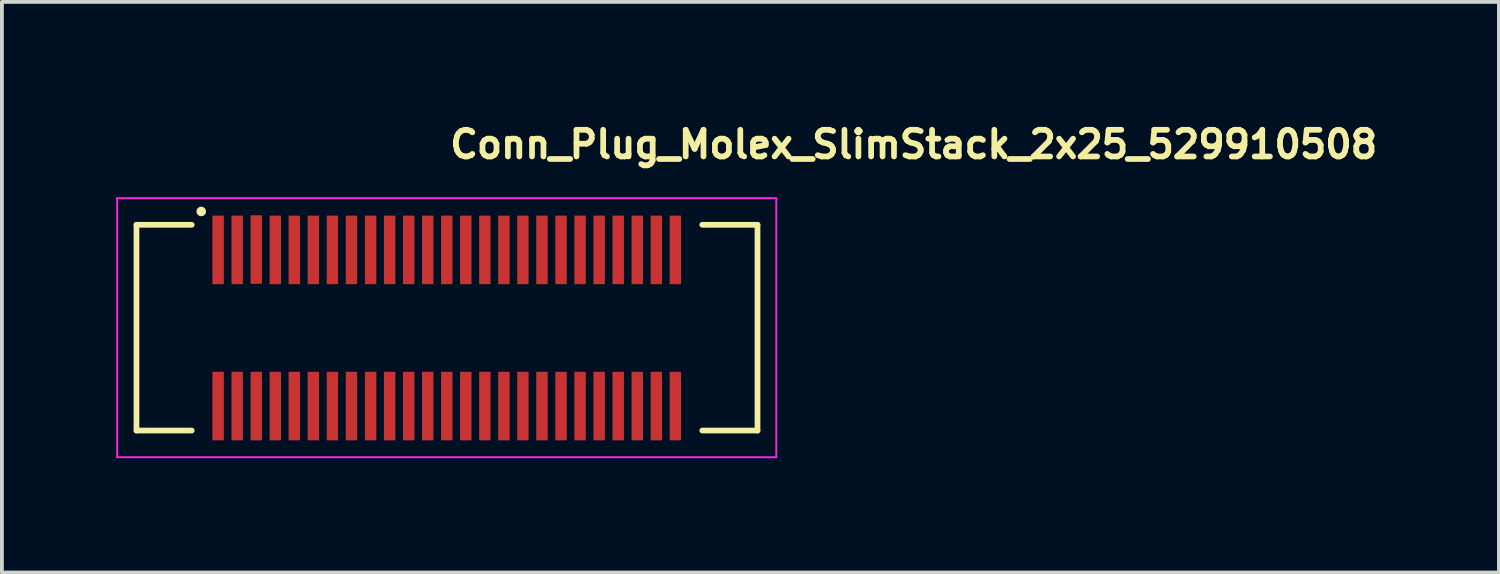
<source format=kicad_pcb>
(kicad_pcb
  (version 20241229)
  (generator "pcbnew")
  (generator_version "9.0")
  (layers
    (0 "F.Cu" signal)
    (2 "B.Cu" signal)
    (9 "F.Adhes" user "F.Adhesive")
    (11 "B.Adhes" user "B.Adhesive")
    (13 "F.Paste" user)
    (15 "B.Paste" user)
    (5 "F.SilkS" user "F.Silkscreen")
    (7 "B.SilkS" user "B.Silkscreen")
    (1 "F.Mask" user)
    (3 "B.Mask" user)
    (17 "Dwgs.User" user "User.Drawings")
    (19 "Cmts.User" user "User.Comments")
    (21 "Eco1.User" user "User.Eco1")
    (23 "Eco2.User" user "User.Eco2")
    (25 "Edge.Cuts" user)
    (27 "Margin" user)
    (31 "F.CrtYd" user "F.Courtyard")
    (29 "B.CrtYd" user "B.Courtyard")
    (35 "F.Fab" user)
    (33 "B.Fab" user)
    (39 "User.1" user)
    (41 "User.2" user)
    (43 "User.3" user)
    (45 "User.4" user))
  (footprint "Conn_Plug_Molex_SlimStack_2x25_529910508"
    (layer "F.Cu")
    (at 8.682 5.55)
    (property "Reference" "Conn_Plug_Molex_SlimStack_2x25_529910508" (at 0 -4.4 0) (layer "F.SilkS") (effects (font (size 0.7 0.7) (thickness 0.15)) (justify left bottom)))
    (attr smd)
    (fp_line (start -8.15 -2.7) (end -8.15 2.7) (stroke (width 0.15) (type solid)) (layer "F.SilkS"))
    (fp_line (start -6.7 -2.7) (end -8.15 -2.7) (stroke (width 0.15) (type solid)) (layer "F.SilkS"))
    (fp_line (start -6.7 2.7) (end -8.15 2.7) (stroke (width 0.15) (type solid)) (layer "F.SilkS"))
    (fp_line (start 6.7 -2.7) (end 8.15 -2.7) (stroke (width 0.15) (type solid)) (layer "F.SilkS"))
    (fp_line (start 6.7 2.7) (end 8.15 2.7) (stroke (width 0.15) (type solid)) (layer "F.SilkS"))
    (fp_line (start 8.15 2.7) (end 8.15 -2.7) (stroke (width 0.15) (type solid)) (layer "F.SilkS"))
    (fp_circle (center -6.45 -3.05) (end -6.45 -3.1) (stroke (width 0.15) (type solid)) (fill yes) (layer "F.SilkS"))
    (fp_line (start -8.657 -3.399) (end -8.657 3.401) (stroke (width 0.05) (type solid)) (layer "F.CrtYd"))
    (fp_line (start -8.657 3.401) (end 8.643 3.401) (stroke (width 0.05) (type solid)) (layer "F.CrtYd"))
    (fp_line (start 8.643 -3.399) (end -8.657 -3.399) (stroke (width 0.05) (type solid)) (layer "F.CrtYd"))
    (fp_line (start 8.643 3.401) (end 8.643 -3.399) (stroke (width 0.05) (type solid)) (layer "F.CrtYd"))
    (fp_rect (start -8.158 2.703) (end 8.143 -2.699) (stroke (width 0.1) (type solid)) (fill no) (layer "User.5"))
    (fp_line (start -8.158 -2.518) (end -8.158 -2.507) (stroke (width 0.02) (type solid)) (layer "User.9"))
    (fp_line (start -8.158 -2.507) (end -8.158 -2.498) (stroke (width 0.02) (type solid)) (layer "User.9"))
    (fp_line (start -8.158 -1.718) (end -8.158 -1.708) (stroke (width 0.02) (type solid)) (layer "User.9"))
    (fp_line (start -8.158 -1.708) (end -8.158 -1.698) (stroke (width 0.02) (type solid)) (layer "User.9"))
    (fp_line (start -8.158 -1.698) (end -8.158 -2.498) (stroke (width 0.02) (type solid)) (layer "User.9"))
    (fp_line (start -8.158 -1.198) (end -8.158 -1.698) (stroke (width 0.02) (type solid)) (layer "User.9"))
    (fp_line (start -8.158 -1.198) (end -8.158 -0.698) (stroke (width 0.02) (type solid)) (layer "User.9"))
    (fp_line (start -8.158 -1.198) (end -7.608 -1.198) (stroke (width 0.02) (type solid)) (layer "User.9"))
    (fp_line (start -8.158 -0.698) (end -7.908 -0.698) (stroke (width 0.02) (type solid)) (layer "User.9"))
    (fp_line (start -8.158 0.702) (end -8.158 1.201) (stroke (width 0.02) (type solid)) (layer "User.9"))
    (fp_line (start -8.158 0.702) (end -7.908 0.702) (stroke (width 0.02) (type solid)) (layer "User.9"))
    (fp_line (start -8.158 1.201) (end -7.608 1.201) (stroke (width 0.02) (type solid)) (layer "User.9"))
    (fp_line (start -8.158 1.701) (end -8.158 1.201) (stroke (width 0.02) (type solid)) (layer "User.9"))
    (fp_line (start -8.158 1.701) (end -8.158 1.711) (stroke (width 0.02) (type solid)) (layer "User.9"))
    (fp_line (start -8.158 1.711) (end -8.158 1.721) (stroke (width 0.02) (type solid)) (layer "User.9"))
    (fp_line (start -8.158 1.721) (end -8.155 1.731) (stroke (width 0.02) (type solid)) (layer "User.9"))
    (fp_line (start -8.158 2.501) (end -8.158 1.701) (stroke (width 0.02) (type solid)) (layer "User.9"))
    (fp_line (start -8.158 2.501) (end -8.158 2.512) (stroke (width 0.02) (type solid)) (layer "User.9"))
    (fp_line (start -8.158 2.512) (end -8.158 2.521) (stroke (width 0.02) (type solid)) (layer "User.9"))
    (fp_line (start -8.158 2.521) (end -8.155 2.532) (stroke (width 0.02) (type solid)) (layer "User.9"))
    (fp_line (start -8.155 -2.538) (end -8.155 -2.527) (stroke (width 0.02) (type solid)) (layer "User.9"))
    (fp_line (start -8.155 -2.527) (end -8.158 -2.518) (stroke (width 0.02) (type solid)) (layer "User.9"))
    (fp_line (start -8.155 -1.738) (end -8.155 -1.728) (stroke (width 0.02) (type solid)) (layer "User.9"))
    (fp_line (start -8.155 -1.728) (end -8.158 -1.718) (stroke (width 0.02) (type solid)) (layer "User.9"))
    (fp_line (start -8.155 1.731) (end -8.155 1.741) (stroke (width 0.02) (type solid)) (layer "User.9"))
    (fp_line (start -8.155 1.741) (end -8.151 1.751) (stroke (width 0.02) (type solid)) (layer "User.9"))
    (fp_line (start -8.155 2.532) (end -8.155 2.541) (stroke (width 0.02) (type solid)) (layer "User.9"))
    (fp_line (start -8.155 2.541) (end -8.151 2.55) (stroke (width 0.02) (type solid)) (layer "User.9"))
    (fp_line (start -8.151 -2.546) (end -8.155 -2.538) (stroke (width 0.02) (type solid)) (layer "User.9"))
    (fp_line (start -8.151 -1.746) (end -8.155 -1.738) (stroke (width 0.02) (type solid)) (layer "User.9"))
    (fp_line (start -8.151 1.751) (end -8.149 1.761) (stroke (width 0.02) (type solid)) (layer "User.9"))
    (fp_line (start -8.151 2.55) (end -8.149 2.561) (stroke (width 0.02) (type solid)) (layer "User.9"))
    (fp_line (start -8.149 -2.557) (end -8.151 -2.546) (stroke (width 0.02) (type solid)) (layer "User.9"))
    (fp_line (start -8.149 -1.756) (end -8.151 -1.746) (stroke (width 0.02) (type solid)) (layer "User.9"))
    (fp_line (start -8.149 1.761) (end -8.146 1.769) (stroke (width 0.02) (type solid)) (layer "User.9"))
    (fp_line (start -8.149 2.561) (end -8.146 2.57) (stroke (width 0.02) (type solid)) (layer "User.9"))
    (fp_line (start -8.146 -2.566) (end -8.149 -2.557) (stroke (width 0.02) (type solid)) (layer "User.9"))
    (fp_line (start -8.146 -1.766) (end -8.149 -1.756) (stroke (width 0.02) (type solid)) (layer "User.9"))
    (fp_line (start -8.146 1.769) (end -8.142 1.779) (stroke (width 0.02) (type solid)) (layer "User.9"))
    (fp_line (start -8.146 2.57) (end -8.142 2.578) (stroke (width 0.02) (type solid)) (layer "User.9"))
    (fp_line (start -8.142 -2.575) (end -8.146 -2.566) (stroke (width 0.02) (type solid)) (layer "User.9"))
    (fp_line (start -8.142 -1.774) (end -8.146 -1.766) (stroke (width 0.02) (type solid)) (layer "User.9"))
    (fp_line (start -8.142 1.779) (end -8.139 1.787) (stroke (width 0.02) (type solid)) (layer "User.9"))
    (fp_line (start -8.142 2.578) (end -8.139 2.587) (stroke (width 0.02) (type solid)) (layer "User.9"))
    (fp_line (start -8.139 -2.583) (end -8.142 -2.575) (stroke (width 0.02) (type solid)) (layer "User.9"))
    (fp_line (start -8.139 -1.784) (end -8.142 -1.774) (stroke (width 0.02) (type solid)) (layer "User.9"))
    (fp_line (start -8.139 1.787) (end -8.135 1.796) (stroke (width 0.02) (type solid)) (layer "User.9"))
    (fp_line (start -8.139 2.587) (end -8.135 2.597) (stroke (width 0.02) (type solid)) (layer "User.9"))
    (fp_line (start -8.135 -2.592) (end -8.139 -2.583) (stroke (width 0.02) (type solid)) (layer "User.9"))
    (fp_line (start -8.135 -1.793) (end -8.139 -1.784) (stroke (width 0.02) (type solid)) (layer "User.9"))
    (fp_line (start -8.135 1.796) (end -8.129 1.804) (stroke (width 0.02) (type solid)) (layer "User.9"))
    (fp_line (start -8.135 2.597) (end -8.129 2.605) (stroke (width 0.02) (type solid)) (layer "User.9"))
    (fp_line (start -8.129 -2.6) (end -8.135 -2.592) (stroke (width 0.02) (type solid)) (layer "User.9"))
    (fp_line (start -8.129 -1.801) (end -8.135 -1.793) (stroke (width 0.02) (type solid)) (layer "User.9"))
    (fp_line (start -8.129 1.804) (end -8.125 1.812) (stroke (width 0.02) (type solid)) (layer "User.9"))
    (fp_line (start -8.129 2.605) (end -8.125 2.613) (stroke (width 0.02) (type solid)) (layer "User.9"))
    (fp_line (start -8.125 -2.608) (end -8.129 -2.6) (stroke (width 0.02) (type solid)) (layer "User.9"))
    (fp_line (start -8.125 -1.809) (end -8.129 -1.801) (stroke (width 0.02) (type solid)) (layer "User.9"))
    (fp_line (start -8.125 1.812) (end -8.119 1.82) (stroke (width 0.02) (type solid)) (layer "User.9"))
    (fp_line (start -8.125 2.613) (end -8.119 2.621) (stroke (width 0.02) (type solid)) (layer "User.9"))
    (fp_line (start -8.119 -2.616) (end -8.125 -2.608) (stroke (width 0.02) (type solid)) (layer "User.9"))
    (fp_line (start -8.119 -1.817) (end -8.125 -1.809) (stroke (width 0.02) (type solid)) (layer "User.9"))
    (fp_line (start -8.119 1.82) (end -8.113 1.828) (stroke (width 0.02) (type solid)) (layer "User.9"))
    (fp_line (start -8.119 2.621) (end -8.113 2.629) (stroke (width 0.02) (type solid)) (layer "User.9"))
    (fp_line (start -8.113 -2.624) (end -8.119 -2.616) (stroke (width 0.02) (type solid)) (layer "User.9"))
    (fp_line (start -8.113 -1.825) (end -8.119 -1.817) (stroke (width 0.02) (type solid)) (layer "User.9"))
    (fp_line (start -8.113 1.828) (end -8.107 1.836) (stroke (width 0.02) (type solid)) (layer "User.9"))
    (fp_line (start -8.113 2.629) (end -8.107 2.637) (stroke (width 0.02) (type solid)) (layer "User.9"))
    (fp_line (start -8.107 -2.632) (end -8.113 -2.624) (stroke (width 0.02) (type solid)) (layer "User.9"))
    (fp_line (start -8.107 -1.833) (end -8.113 -1.825) (stroke (width 0.02) (type solid)) (layer "User.9"))
    (fp_line (start -8.107 1.836) (end -8.1 1.844) (stroke (width 0.02) (type solid)) (layer "User.9"))
    (fp_line (start -8.107 2.637) (end -8.1 2.643) (stroke (width 0.02) (type solid)) (layer "User.9"))
    (fp_line (start -8.1 -2.639) (end -8.107 -2.632) (stroke (width 0.02) (type solid)) (layer "User.9"))
    (fp_line (start -8.1 -2.639) (end -8.1 -2.639) (stroke (width 0.02) (type solid)) (layer "User.9"))
    (fp_line (start -8.1 -1.839) (end -8.107 -1.833) (stroke (width 0.02) (type solid)) (layer "User.9"))
    (fp_line (start -8.1 -1.839) (end -8.1 -1.839) (stroke (width 0.02) (type solid)) (layer "User.9"))
    (fp_line (start -8.1 1.844) (end -8.1 1.844) (stroke (width 0.02) (type solid)) (layer "User.9"))
    (fp_line (start -8.1 1.844) (end -8.093 1.85) (stroke (width 0.02) (type solid)) (layer "User.9"))
    (fp_line (start -8.1 2.643) (end -8.1 2.643) (stroke (width 0.02) (type solid)) (layer "User.9"))
    (fp_line (start -8.1 2.643) (end -8.093 2.65) (stroke (width 0.02) (type solid)) (layer "User.9"))
    (fp_line (start -8.093 -2.647) (end -8.1 -2.639) (stroke (width 0.02) (type solid)) (layer "User.9"))
    (fp_line (start -8.093 -1.847) (end -8.1 -1.839) (stroke (width 0.02) (type solid)) (layer "User.9"))
    (fp_line (start -8.093 1.85) (end -8.084 1.856) (stroke (width 0.02) (type solid)) (layer "User.9"))
    (fp_line (start -8.093 2.65) (end -8.084 2.657) (stroke (width 0.02) (type solid)) (layer "User.9"))
    (fp_line (start -8.084 -2.652) (end -8.093 -2.647) (stroke (width 0.02) (type solid)) (layer "User.9"))
    (fp_line (start -8.084 -1.853) (end -8.093 -1.847) (stroke (width 0.02) (type solid)) (layer "User.9"))
    (fp_line (start -8.084 1.856) (end -8.077 1.862) (stroke (width 0.02) (type solid)) (layer "User.9"))
    (fp_line (start -8.084 2.657) (end -8.077 2.662) (stroke (width 0.02) (type solid)) (layer "User.9"))
    (fp_line (start -8.077 -2.659) (end -8.084 -2.652) (stroke (width 0.02) (type solid)) (layer "User.9"))
    (fp_line (start -8.077 -1.859) (end -8.084 -1.853) (stroke (width 0.02) (type solid)) (layer "User.9"))
    (fp_line (start -8.077 1.862) (end -8.068 1.868) (stroke (width 0.02) (type solid)) (layer "User.9"))
    (fp_line (start -8.077 2.662) (end -8.068 2.669) (stroke (width 0.02) (type solid)) (layer "User.9"))
    (fp_line (start -8.068 -2.664) (end -8.077 -2.659) (stroke (width 0.02) (type solid)) (layer "User.9"))
    (fp_line (start -8.068 -1.865) (end -8.077 -1.859) (stroke (width 0.02) (type solid)) (layer "User.9"))
    (fp_line (start -8.068 1.868) (end -8.061 1.874) (stroke (width 0.02) (type solid)) (layer "User.9"))
    (fp_line (start -8.068 2.669) (end -8.061 2.674) (stroke (width 0.02) (type solid)) (layer "User.9"))
    (fp_line (start -8.061 -2.67) (end -8.068 -2.664) (stroke (width 0.02) (type solid)) (layer "User.9"))
    (fp_line (start -8.061 -1.869) (end -8.068 -1.865) (stroke (width 0.02) (type solid)) (layer "User.9"))
    (fp_line (start -8.061 1.874) (end -8.052 1.878) (stroke (width 0.02) (type solid)) (layer "User.9"))
    (fp_line (start -8.061 2.674) (end -8.052 2.678) (stroke (width 0.02) (type solid)) (layer "User.9"))
    (fp_line (start -8.052 -2.675) (end -8.061 -2.67) (stroke (width 0.02) (type solid)) (layer "User.9"))
    (fp_line (start -8.052 -1.875) (end -8.061 -1.869) (stroke (width 0.02) (type solid)) (layer "User.9"))
    (fp_line (start -8.052 1.878) (end -8.043 1.882) (stroke (width 0.02) (type solid)) (layer "User.9"))
    (fp_line (start -8.052 2.678) (end -8.043 2.682) (stroke (width 0.02) (type solid)) (layer "User.9"))
    (fp_line (start -8.043 -2.679) (end -8.052 -2.675) (stroke (width 0.02) (type solid)) (layer "User.9"))
    (fp_line (start -8.043 -1.879) (end -8.052 -1.875) (stroke (width 0.02) (type solid)) (layer "User.9"))
    (fp_line (start -8.043 1.882) (end -8.035 1.886) (stroke (width 0.02) (type solid)) (layer "User.9"))
    (fp_line (start -8.043 2.682) (end -8.035 2.686) (stroke (width 0.02) (type solid)) (layer "User.9"))
    (fp_line (start -8.035 -2.683) (end -8.043 -2.679) (stroke (width 0.02) (type solid)) (layer "User.9"))
    (fp_line (start -8.035 -1.883) (end -8.043 -1.879) (stroke (width 0.02) (type solid)) (layer "User.9"))
    (fp_line (start -8.035 1.886) (end -8.026 1.89) (stroke (width 0.02) (type solid)) (layer "User.9"))
    (fp_line (start -8.035 2.686) (end -8.026 2.691) (stroke (width 0.02) (type solid)) (layer "User.9"))
    (fp_line (start -8.026 -2.687) (end -8.035 -2.683) (stroke (width 0.02) (type solid)) (layer "User.9"))
    (fp_line (start -8.026 -1.887) (end -8.035 -1.883) (stroke (width 0.02) (type solid)) (layer "User.9"))
    (fp_line (start -8.026 1.89) (end -8.017 1.894) (stroke (width 0.02) (type solid)) (layer "User.9"))
    (fp_line (start -8.026 2.691) (end -8.017 2.694) (stroke (width 0.02) (type solid)) (layer "User.9"))
    (fp_line (start -8.017 -2.689) (end -8.026 -2.687) (stroke (width 0.02) (type solid)) (layer "User.9"))
    (fp_line (start -8.017 -1.889) (end -8.026 -1.887) (stroke (width 0.02) (type solid)) (layer "User.9"))
    (fp_line (start -8.017 1.894) (end -8.007 1.896) (stroke (width 0.02) (type solid)) (layer "User.9"))
    (fp_line (start -8.017 2.694) (end -8.007 2.695) (stroke (width 0.02) (type solid)) (layer "User.9"))
    (fp_line (start -8.007 -2.692) (end -8.017 -2.689) (stroke (width 0.02) (type solid)) (layer "User.9"))
    (fp_line (start -8.007 -1.891) (end -8.017 -1.889) (stroke (width 0.02) (type solid)) (layer "User.9"))
    (fp_line (start -8.007 1.896) (end -7.998 1.898) (stroke (width 0.02) (type solid)) (layer "User.9"))
    (fp_line (start -8.007 2.695) (end -7.998 2.699) (stroke (width 0.02) (type solid)) (layer "User.9"))
    (fp_line (start -7.998 -2.695) (end -8.007 -2.692) (stroke (width 0.02) (type solid)) (layer "User.9"))
    (fp_line (start -7.998 -1.895) (end -8.007 -1.891) (stroke (width 0.02) (type solid)) (layer "User.9"))
    (fp_line (start -7.998 1.898) (end -7.988 1.9) (stroke (width 0.02) (type solid)) (layer "User.9"))
    (fp_line (start -7.998 2.699) (end -7.988 2.699) (stroke (width 0.02) (type solid)) (layer "User.9"))
    (fp_line (start -7.988 -2.696) (end -7.998 -2.695) (stroke (width 0.02) (type solid)) (layer "User.9"))
    (fp_line (start -7.988 -1.895) (end -7.998 -1.895) (stroke (width 0.02) (type solid)) (layer "User.9"))
    (fp_line (start -7.988 1.9) (end -7.977 1.902) (stroke (width 0.02) (type solid)) (layer "User.9"))
    (fp_line (start -7.988 2.699) (end -7.977 2.702) (stroke (width 0.02) (type solid)) (layer "User.9"))
    (fp_line (start -7.977 -2.697) (end -7.988 -2.696) (stroke (width 0.02) (type solid)) (layer "User.9"))
    (fp_line (start -7.977 -1.897) (end -7.988 -1.895) (stroke (width 0.02) (type solid)) (layer "User.9"))
    (fp_line (start -7.977 1.902) (end -7.967 1.902) (stroke (width 0.02) (type solid)) (layer "User.9"))
    (fp_line (start -7.977 2.702) (end -7.967 2.702) (stroke (width 0.02) (type solid)) (layer "User.9"))
    (fp_line (start -7.967 -2.697) (end -7.977 -2.697) (stroke (width 0.02) (type solid)) (layer "User.9"))
    (fp_line (start -7.967 -1.897) (end -7.977 -1.897) (stroke (width 0.02) (type solid)) (layer "User.9"))
    (fp_line (start -7.967 1.902) (end -7.959 1.902) (stroke (width 0.02) (type solid)) (layer "User.9"))
    (fp_line (start -7.967 2.702) (end -7.959 2.703) (stroke (width 0.02) (type solid)) (layer "User.9"))
    (fp_line (start -7.959 -2.699) (end -7.967 -2.697) (stroke (width 0.02) (type solid)) (layer "User.9"))
    (fp_line (start -7.959 -2.699) (end -7.007 -2.699) (stroke (width 0.02) (type solid)) (layer "User.9"))
    (fp_line (start -7.959 -2.147) (end -7.959 -1.897) (stroke (width 0.02) (type solid)) (layer "User.9"))
    (fp_line (start -7.959 -2.147) (end -6.358 -2.147) (stroke (width 0.02) (type solid)) (layer "User.9"))
    (fp_line (start -7.959 -1.897) (end -7.967 -1.897) (stroke (width 0.02) (type solid)) (layer "User.9"))
    (fp_line (start -7.959 2.151) (end -7.959 1.902) (stroke (width 0.02) (type solid)) (layer "User.9"))
    (fp_line (start -7.959 2.151) (end -6.358 2.151) (stroke (width 0.02) (type solid)) (layer "User.9"))
    (fp_line (start -7.959 2.703) (end -7.007 2.703) (stroke (width 0.02) (type solid)) (layer "User.9"))
    (fp_line (start -7.908 -1.099) (end -7.608 -1.099) (stroke (width 0.02) (type solid)) (layer "User.9"))
    (fp_line (start -7.908 -0.698) (end -7.908 -1.099) (stroke (width 0.02) (type solid)) (layer "User.9"))
    (fp_line (start -7.908 0.702) (end -7.807 0.702) (stroke (width 0.02) (type solid)) (layer "User.9"))
    (fp_line (start -7.908 1.102) (end -7.908 0.702) (stroke (width 0.02) (type solid)) (layer "User.9"))
    (fp_line (start -7.807 -0.997) (end -7.908 -1.099) (stroke (width 0.02) (type solid)) (layer "User.9"))
    (fp_line (start -7.807 -0.997) (end -7.608 -0.997) (stroke (width 0.02) (type solid)) (layer "User.9"))
    (fp_line (start -7.807 -0.698) (end -7.908 -0.698) (stroke (width 0.02) (type solid)) (layer "User.9"))
    (fp_line (start -7.807 -0.698) (end -7.807 -0.997) (stroke (width 0.02) (type solid)) (layer "User.9"))
    (fp_line (start -7.807 1.001) (end -7.908 1.102) (stroke (width 0.02) (type solid)) (layer "User.9"))
    (fp_line (start -7.807 1.001) (end -7.807 0.702) (stroke (width 0.02) (type solid)) (layer "User.9"))
    (fp_line (start -7.608 -0.698) (end -7.807 -0.698) (stroke (width 0.02) (type solid)) (layer "User.9"))
    (fp_line (start -7.608 0.702) (end -7.807 0.702) (stroke (width 0.02) (type solid)) (layer "User.9"))
    (fp_line (start -7.608 1.001) (end -7.807 1.001) (stroke (width 0.02) (type solid)) (layer "User.9"))
    (fp_line (start -7.608 1.102) (end -7.908 1.102) (stroke (width 0.02) (type solid)) (layer "User.9"))
    (fp_line (start -7.608 1.201) (end -7.608 -1.198) (stroke (width 0.02) (type solid)) (layer "User.9"))
    (fp_line (start -7.007 -2.699) (end -7.007 -2.147) (stroke (width 0.02) (type solid)) (layer "User.9"))
    (fp_line (start -7.007 2.703) (end -7.007 2.151) (stroke (width 0.02) (type solid)) (layer "User.9"))
    (fp_line (start -6.882 -1.393) (end -6.881 -1.403) (stroke (width 0.02) (type solid)) (layer "User.9"))
    (fp_line (start -6.882 -1.383) (end -6.882 -1.393) (stroke (width 0.02) (type solid)) (layer "User.9"))
    (fp_line (start -6.882 -1.373) (end -6.882 -1.383) (stroke (width 0.02) (type solid)) (layer "User.9"))
    (fp_line (start -6.882 1.376) (end -6.882 -1.373) (stroke (width 0.02) (type solid)) (layer "User.9"))
    (fp_line (start -6.882 1.388) (end -6.882 1.376) (stroke (width 0.02) (type solid)) (layer "User.9"))
    (fp_line (start -6.882 1.398) (end -6.882 1.388) (stroke (width 0.02) (type solid)) (layer "User.9"))
    (fp_line (start -6.881 -1.403) (end -6.879 -1.414) (stroke (width 0.02) (type solid)) (layer "User.9"))
    (fp_line (start -6.881 1.408) (end -6.882 1.398) (stroke (width 0.02) (type solid)) (layer "User.9"))
    (fp_line (start -6.879 -1.414) (end -6.876 -1.422) (stroke (width 0.02) (type solid)) (layer "User.9"))
    (fp_line (start -6.879 1.417) (end -6.881 1.408) (stroke (width 0.02) (type solid)) (layer "User.9"))
    (fp_line (start -6.876 -1.422) (end -6.874 -1.432) (stroke (width 0.02) (type solid)) (layer "User.9"))
    (fp_line (start -6.876 1.427) (end -6.879 1.417) (stroke (width 0.02) (type solid)) (layer "User.9"))
    (fp_line (start -6.874 -1.434) (end 6.858 -1.434) (stroke (width 0.02) (type solid)) (layer "User.9"))
    (fp_line (start -6.874 -1.432) (end -6.871 -1.442) (stroke (width 0.02) (type solid)) (layer "User.9"))
    (fp_line (start -6.874 1.437) (end -6.876 1.427) (stroke (width 0.02) (type solid)) (layer "User.9"))
    (fp_line (start -6.871 -1.442) (end -6.868 -1.45) (stroke (width 0.02) (type solid)) (layer "User.9"))
    (fp_line (start -6.871 1.445) (end -6.874 1.437) (stroke (width 0.02) (type solid)) (layer "User.9"))
    (fp_line (start -6.868 -1.45) (end -6.863 -1.46) (stroke (width 0.02) (type solid)) (layer "User.9"))
    (fp_line (start -6.868 1.455) (end -6.871 1.445) (stroke (width 0.02) (type solid)) (layer "User.9"))
    (fp_line (start -6.863 -1.462) (end -6.853 -1.478) (stroke (width 0.02) (type solid)) (layer "User.9"))
    (fp_line (start -6.863 -1.46) (end -6.858 -1.468) (stroke (width 0.02) (type solid)) (layer "User.9"))
    (fp_line (start -6.863 1.463) (end -6.868 1.455) (stroke (width 0.02) (type solid)) (layer "User.9"))
    (fp_line (start -6.858 -1.468) (end -6.855 -1.476) (stroke (width 0.02) (type solid)) (layer "User.9"))
    (fp_line (start -6.858 1.473) (end -6.863 1.463) (stroke (width 0.02) (type solid)) (layer "User.9"))
    (fp_line (start -6.855 -1.476) (end -6.849 -1.484) (stroke (width 0.02) (type solid)) (layer "User.9"))
    (fp_line (start -6.855 1.481) (end -6.858 1.473) (stroke (width 0.02) (type solid)) (layer "User.9"))
    (fp_line (start -6.853 1.481) (end -6.863 1.465) (stroke (width 0.02) (type solid)) (layer "User.9"))
    (fp_line (start -6.849 -1.484) (end -6.844 -1.492) (stroke (width 0.02) (type solid)) (layer "User.9"))
    (fp_line (start -6.849 1.489) (end -6.855 1.481) (stroke (width 0.02) (type solid)) (layer "User.9"))
    (fp_line (start -6.844 -1.492) (end -6.837 -1.5) (stroke (width 0.02) (type solid)) (layer "User.9"))
    (fp_line (start -6.844 1.497) (end -6.849 1.489) (stroke (width 0.02) (type solid)) (layer "User.9"))
    (fp_line (start -6.837 -1.5) (end -6.831 -1.508) (stroke (width 0.02) (type solid)) (layer "User.9"))
    (fp_line (start -6.837 1.505) (end -6.844 1.497) (stroke (width 0.02) (type solid)) (layer "User.9"))
    (fp_line (start -6.831 -1.508) (end -6.825 -1.514) (stroke (width 0.02) (type solid)) (layer "User.9"))
    (fp_line (start -6.831 1.511) (end -6.837 1.505) (stroke (width 0.02) (type solid)) (layer "User.9"))
    (fp_line (start -6.825 -1.514) (end -6.818 -1.522) (stroke (width 0.02) (type solid)) (layer "User.9"))
    (fp_line (start -6.825 1.519) (end -6.831 1.511) (stroke (width 0.02) (type solid)) (layer "User.9"))
    (fp_line (start -6.82 -1.518) (end -6.799 -1.537) (stroke (width 0.02) (type solid)) (layer "User.9"))
    (fp_line (start -6.818 -1.522) (end -6.81 -1.528) (stroke (width 0.02) (type solid)) (layer "User.9"))
    (fp_line (start -6.818 1.525) (end -6.825 1.519) (stroke (width 0.02) (type solid)) (layer "User.9"))
    (fp_line (start -6.81 -1.528) (end -6.802 -1.534) (stroke (width 0.02) (type solid)) (layer "User.9"))
    (fp_line (start -6.81 1.531) (end -6.818 1.525) (stroke (width 0.02) (type solid)) (layer "User.9"))
    (fp_line (start -6.802 -1.534) (end -6.794 -1.539) (stroke (width 0.02) (type solid)) (layer "User.9"))
    (fp_line (start -6.802 1.537) (end -6.81 1.531) (stroke (width 0.02) (type solid)) (layer "User.9"))
    (fp_line (start -6.799 1.54) (end -6.82 1.523) (stroke (width 0.02) (type solid)) (layer "User.9"))
    (fp_line (start -6.794 -1.539) (end -6.786 -1.545) (stroke (width 0.02) (type solid)) (layer "User.9"))
    (fp_line (start -6.794 1.542) (end -6.802 1.537) (stroke (width 0.02) (type solid)) (layer "User.9"))
    (fp_line (start -6.786 -1.545) (end -6.778 -1.549) (stroke (width 0.02) (type solid)) (layer "User.9"))
    (fp_line (start -6.786 1.548) (end -6.794 1.542) (stroke (width 0.02) (type solid)) (layer "User.9"))
    (fp_line (start -6.778 -1.549) (end -6.77 -1.553) (stroke (width 0.02) (type solid)) (layer "User.9"))
    (fp_line (start -6.778 1.552) (end -6.786 1.548) (stroke (width 0.02) (type solid)) (layer "User.9"))
    (fp_line (start -6.77 -1.553) (end -6.767 -1.555) (stroke (width 0.02) (type solid)) (layer "User.9"))
    (fp_line (start -6.77 -1.553) (end -6.76 -1.557) (stroke (width 0.02) (type solid)) (layer "User.9"))
    (fp_line (start -6.77 1.558) (end -6.778 1.552) (stroke (width 0.02) (type solid)) (layer "User.9"))
    (fp_line (start -6.767 -1.555) (end -6.762 -1.557) (stroke (width 0.02) (type solid)) (layer "User.9"))
    (fp_line (start -6.767 1.558) (end -6.77 1.556) (stroke (width 0.02) (type solid)) (layer "User.9"))
    (fp_line (start -6.762 -1.557) (end -6.759 -1.559) (stroke (width 0.02) (type solid)) (layer "User.9"))
    (fp_line (start -6.762 1.56) (end -6.767 1.558) (stroke (width 0.02) (type solid)) (layer "User.9"))
    (fp_line (start -6.76 -1.557) (end -6.751 -1.561) (stroke (width 0.02) (type solid)) (layer "User.9"))
    (fp_line (start -6.76 1.562) (end -6.77 1.558) (stroke (width 0.02) (type solid)) (layer "User.9"))
    (fp_line (start -6.759 -1.559) (end -6.754 -1.559) (stroke (width 0.02) (type solid)) (layer "User.9"))
    (fp_line (start -6.759 1.562) (end -6.762 1.56) (stroke (width 0.02) (type solid)) (layer "User.9"))
    (fp_line (start -6.754 -1.559) (end -6.749 -1.561) (stroke (width 0.02) (type solid)) (layer "User.9"))
    (fp_line (start -6.754 1.564) (end -6.759 1.562) (stroke (width 0.02) (type solid)) (layer "User.9"))
    (fp_line (start -6.751 -1.561) (end -6.743 -1.565) (stroke (width 0.02) (type solid)) (layer "User.9"))
    (fp_line (start -6.751 1.564) (end -6.76 1.562) (stroke (width 0.02) (type solid)) (layer "User.9"))
    (fp_line (start -6.749 -1.561) (end -6.746 -1.563) (stroke (width 0.02) (type solid)) (layer "User.9"))
    (fp_line (start -6.749 1.566) (end -6.754 1.564) (stroke (width 0.02) (type solid)) (layer "User.9"))
    (fp_line (start -6.746 -1.563) (end -6.741 -1.565) (stroke (width 0.02) (type solid)) (layer "User.9"))
    (fp_line (start -6.746 1.566) (end -6.749 1.566) (stroke (width 0.02) (type solid)) (layer "User.9"))
    (fp_line (start -6.743 -1.565) (end -6.733 -1.567) (stroke (width 0.02) (type solid)) (layer "User.9"))
    (fp_line (start -6.743 1.568) (end -6.751 1.564) (stroke (width 0.02) (type solid)) (layer "User.9"))
    (fp_line (start -6.741 -1.565) (end -6.735 -1.565) (stroke (width 0.02) (type solid)) (layer "User.9"))
    (fp_line (start -6.741 1.568) (end -6.746 1.566) (stroke (width 0.02) (type solid)) (layer "User.9"))
    (fp_line (start -6.735 1.57) (end -6.741 1.568) (stroke (width 0.02) (type solid)) (layer "User.9"))
    (fp_line (start -6.733 -1.567) (end -6.724 -1.569) (stroke (width 0.02) (type solid)) (layer "User.9"))
    (fp_line (start -6.733 1.57) (end -6.743 1.568) (stroke (width 0.02) (type solid)) (layer "User.9"))
    (fp_line (start -6.724 -1.569) (end -6.714 -1.571) (stroke (width 0.02) (type solid)) (layer "User.9"))
    (fp_line (start -6.724 1.572) (end -6.733 1.57) (stroke (width 0.02) (type solid)) (layer "User.9"))
    (fp_line (start -6.714 -1.571) (end -6.703 -1.571) (stroke (width 0.02) (type solid)) (layer "User.9"))
    (fp_line (start -6.714 1.574) (end -6.724 1.572) (stroke (width 0.02) (type solid)) (layer "User.9"))
    (fp_line (start -6.703 -1.571) (end -6.693 -1.573) (stroke (width 0.02) (type solid)) (layer "User.9"))
    (fp_line (start -6.703 1.576) (end -6.714 1.574) (stroke (width 0.02) (type solid)) (layer "User.9"))
    (fp_line (start -6.693 -1.573) (end -6.682 -1.573) (stroke (width 0.02) (type solid)) (layer "User.9"))
    (fp_line (start -6.693 1.576) (end -6.703 1.576) (stroke (width 0.02) (type solid)) (layer "User.9"))
    (fp_line (start -6.682 -1.573) (end -6.358 -1.573) (stroke (width 0.02) (type solid)) (layer "User.9"))
    (fp_line (start -6.682 1.576) (end -6.693 1.576) (stroke (width 0.02) (type solid)) (layer "User.9"))
    (fp_line (start -6.358 -2.147) (end -6.358 -1.843) (stroke (width 0.02) (type solid)) (layer "User.9"))
    (fp_line (start -6.358 -1.573) (end -6.358 -1.843) (stroke (width 0.02) (type solid)) (layer "User.9"))
    (fp_line (start -6.358 -0.809) (end -6.358 -0.804) (stroke (width 0.02) (type solid)) (layer "User.9"))
    (fp_line (start -6.358 -0.804) (end -6.358 -0.799) (stroke (width 0.02) (type solid)) (layer "User.9"))
    (fp_line (start -6.358 -0.799) (end -6.358 0.803) (stroke (width 0.02) (type solid)) (layer "User.9"))
    (fp_line (start -6.358 0.803) (end -6.358 0.808) (stroke (width 0.02) (type solid)) (layer "User.9"))
    (fp_line (start -6.358 0.808) (end -6.358 0.813) (stroke (width 0.02) (type solid)) (layer "User.9"))
    (fp_line (start -6.358 0.813) (end -6.357 0.818) (stroke (width 0.02) (type solid)) (layer "User.9"))
    (fp_line (start -6.358 1.576) (end -6.682 1.576) (stroke (width 0.02) (type solid)) (layer "User.9"))
    (fp_line (start -6.358 1.846) (end -6.358 1.576) (stroke (width 0.02) (type solid)) (layer "User.9"))
    (fp_line (start -6.358 1.846) (end -6.358 2.151) (stroke (width 0.02) (type solid)) (layer "User.9"))
    (fp_line (start -6.357 -0.814) (end -6.358 -0.809) (stroke (width 0.02) (type solid)) (layer "User.9"))
    (fp_line (start -6.357 0.818) (end -6.355 0.823) (stroke (width 0.02) (type solid)) (layer "User.9"))
    (fp_line (start -6.355 -0.823) (end -6.355 -0.819) (stroke (width 0.02) (type solid)) (layer "User.9"))
    (fp_line (start -6.355 -0.819) (end -6.357 -0.814) (stroke (width 0.02) (type solid)) (layer "User.9"))
    (fp_line (start -6.355 0.823) (end -6.355 0.827) (stroke (width 0.02) (type solid)) (layer "User.9"))
    (fp_line (start -6.355 0.827) (end -6.353 0.832) (stroke (width 0.02) (type solid)) (layer "User.9"))
    (fp_line (start -6.353 -0.828) (end -6.355 -0.823) (stroke (width 0.02) (type solid)) (layer "User.9"))
    (fp_line (start -6.353 0.832) (end -6.352 0.836) (stroke (width 0.02) (type solid)) (layer "User.9"))
    (fp_line (start -6.352 -0.832) (end -6.353 -0.828) (stroke (width 0.02) (type solid)) (layer "User.9"))
    (fp_line (start -6.352 0.836) (end -6.35 0.84) (stroke (width 0.02) (type solid)) (layer "User.9"))
    (fp_line (start -6.35 -0.836) (end -6.352 -0.832) (stroke (width 0.02) (type solid)) (layer "User.9"))
    (fp_line (start -6.35 0.84) (end -6.349 0.845) (stroke (width 0.02) (type solid)) (layer "User.9"))
    (fp_line (start -6.349 -0.841) (end -6.35 -0.836) (stroke (width 0.02) (type solid)) (layer "User.9"))
    (fp_line (start -6.349 0.845) (end -6.345 0.849) (stroke (width 0.02) (type solid)) (layer "User.9"))
    (fp_line (start -6.345 -0.845) (end -6.349 -0.841) (stroke (width 0.02) (type solid)) (layer "User.9"))
    (fp_line (start -6.345 0.849) (end -6.344 0.853) (stroke (width 0.02) (type solid)) (layer "User.9"))
    (fp_line (start -6.344 -0.849) (end -6.345 -0.845) (stroke (width 0.02) (type solid)) (layer "User.9"))
    (fp_line (start -6.344 0.853) (end -6.341 0.857) (stroke (width 0.02) (type solid)) (layer "User.9"))
    (fp_line (start -6.341 -0.853) (end -6.344 -0.849) (stroke (width 0.02) (type solid)) (layer "User.9"))
    (fp_line (start -6.341 0.857) (end -6.339 0.861) (stroke (width 0.02) (type solid)) (layer "User.9"))
    (fp_line (start -6.339 -0.857) (end -6.341 -0.853) (stroke (width 0.02) (type solid)) (layer "User.9"))
    (fp_line (start -6.339 0.861) (end -6.336 0.865) (stroke (width 0.02) (type solid)) (layer "User.9"))
    (fp_line (start -6.336 -0.861) (end -6.339 -0.857) (stroke (width 0.02) (type solid)) (layer "User.9"))
    (fp_line (start -6.336 0.865) (end -6.333 0.869) (stroke (width 0.02) (type solid)) (layer "User.9"))
    (fp_line (start -6.333 -0.865) (end -6.336 -0.861) (stroke (width 0.02) (type solid)) (layer "User.9"))
    (fp_line (start -6.333 0.869) (end -6.328 0.872) (stroke (width 0.02) (type solid)) (layer "User.9"))
    (fp_line (start -6.328 -0.868) (end -6.333 -0.865) (stroke (width 0.02) (type solid)) (layer "User.9"))
    (fp_line (start -6.328 0.872) (end -6.326 0.876) (stroke (width 0.02) (type solid)) (layer "User.9"))
    (fp_line (start -6.326 -0.872) (end -6.328 -0.868) (stroke (width 0.02) (type solid)) (layer "User.9"))
    (fp_line (start -6.326 0.876) (end -6.321 0.879) (stroke (width 0.02) (type solid)) (layer "User.9"))
    (fp_line (start -6.321 -0.875) (end -6.326 -0.872) (stroke (width 0.02) (type solid)) (layer "User.9"))
    (fp_line (start -6.321 0.879) (end -6.318 0.882) (stroke (width 0.02) (type solid)) (layer "User.9"))
    (fp_line (start -6.318 -0.878) (end -6.321 -0.875) (stroke (width 0.02) (type solid)) (layer "User.9"))
    (fp_line (start -6.318 0.882) (end -6.313 0.884) (stroke (width 0.02) (type solid)) (layer "User.9"))
    (fp_line (start -6.313 -0.88) (end -6.318 -0.878) (stroke (width 0.02) (type solid)) (layer "User.9"))
    (fp_line (start -6.313 0.884) (end -6.31 0.887) (stroke (width 0.02) (type solid)) (layer "User.9"))
    (fp_line (start -6.31 -0.883) (end -6.313 -0.88) (stroke (width 0.02) (type solid)) (layer "User.9"))
    (fp_line (start -6.31 0.887) (end -6.305 0.889) (stroke (width 0.02) (type solid)) (layer "User.9"))
    (fp_line (start -6.305 -0.885) (end -6.31 -0.883) (stroke (width 0.02) (type solid)) (layer "User.9"))
    (fp_line (start -6.305 0.889) (end -6.302 0.892) (stroke (width 0.02) (type solid)) (layer "User.9"))
    (fp_line (start -6.302 -0.888) (end -6.305 -0.885) (stroke (width 0.02) (type solid)) (layer "User.9"))
    (fp_line (start -6.302 0.892) (end -6.296 0.894) (stroke (width 0.02) (type solid)) (layer "User.9"))
    (fp_line (start -6.296 -0.89) (end -6.302 -0.888) (stroke (width 0.02) (type solid)) (layer "User.9"))
    (fp_line (start -6.296 0.894) (end -6.293 0.895) (stroke (width 0.02) (type solid)) (layer "User.9"))
    (fp_line (start -6.293 -0.891) (end -6.296 -0.89) (stroke (width 0.02) (type solid)) (layer "User.9"))
    (fp_line (start -6.293 0.895) (end -6.288 0.897) (stroke (width 0.02) (type solid)) (layer "User.9"))
    (fp_line (start -6.288 -0.893) (end -6.293 -0.891) (stroke (width 0.02) (type solid)) (layer "User.9"))
    (fp_line (start -6.288 0.897) (end -6.283 0.899) (stroke (width 0.02) (type solid)) (layer "User.9"))
    (fp_line (start -6.283 -0.895) (end -6.288 -0.893) (stroke (width 0.02) (type solid)) (layer "User.9"))
    (fp_line (start -6.283 0.899) (end -6.278 0.9) (stroke (width 0.02) (type solid)) (layer "User.9"))
    (fp_line (start -6.278 -0.896) (end -6.283 -0.895) (stroke (width 0.02) (type solid)) (layer "User.9"))
    (fp_line (start -6.278 0.9) (end -6.273 0.901) (stroke (width 0.02) (type solid)) (layer "User.9"))
    (fp_line (start -6.273 -0.897) (end -6.278 -0.896) (stroke (width 0.02) (type solid)) (layer "User.9"))
    (fp_line (start -6.273 0.901) (end -6.268 0.902) (stroke (width 0.02) (type solid)) (layer "User.9"))
    (fp_line (start -6.268 -0.898) (end -6.273 -0.897) (stroke (width 0.02) (type solid)) (layer "User.9"))
    (fp_line (start -6.268 0.902) (end -6.264 0.902) (stroke (width 0.02) (type solid)) (layer "User.9"))
    (fp_line (start -6.264 -0.898) (end -6.268 -0.898) (stroke (width 0.02) (type solid)) (layer "User.9"))
    (fp_line (start -6.264 0.902) (end -6.257 0.903) (stroke (width 0.02) (type solid)) (layer "User.9"))
    (fp_line (start -6.257 -0.899) (end -6.264 -0.898) (stroke (width 0.02) (type solid)) (layer "User.9"))
    (fp_line (start -6.257 -0.799) (end -6.358 -0.799) (stroke (width 0.02) (type solid)) (layer "User.9"))
    (fp_line (start -6.257 -0.799) (end -6.257 -0.899) (stroke (width 0.02) (type solid)) (layer "User.9"))
    (fp_line (start -6.257 0.803) (end -6.358 0.803) (stroke (width 0.02) (type solid)) (layer "User.9"))
    (fp_line (start -6.257 0.803) (end -6.257 0.903) (stroke (width 0.02) (type solid)) (layer "User.9"))
    (fp_line (start -6.257 0.903) (end 6.242 0.903) (stroke (width 0.02) (type solid)) (layer "User.9"))
    (fp_line (start -6.108 -2.647) (end -6.108 -2.147) (stroke (width 0.02) (type solid)) (layer "User.9"))
    (fp_line (start -6.108 -1.083) (end -6.108 -1.035) (stroke (width 0.02) (type solid)) (layer "User.9"))
    (fp_line (start -6.108 -1.083) (end -5.908 -1.083) (stroke (width 0.02) (type solid)) (layer "User.9"))
    (fp_line (start -6.108 -1.035) (end -6.108 -0.899) (stroke (width 0.02) (type solid)) (layer "User.9"))
    (fp_line (start -6.108 0.903) (end -6.108 1.04) (stroke (width 0.02) (type solid)) (layer "User.9"))
    (fp_line (start -6.108 1.04) (end -6.108 1.086) (stroke (width 0.02) (type solid)) (layer "User.9"))
    (fp_line (start -6.108 1.086) (end -5.908 1.086) (stroke (width 0.02) (type solid)) (layer "User.9"))
    (fp_line (start -6.108 2.151) (end -6.108 2.651) (stroke (width 0.02) (type solid)) (layer "User.9"))
    (fp_line (start -5.908 -2.647) (end -6.108 -2.647) (stroke (width 0.02) (type solid)) (layer "User.9"))
    (fp_line (start -5.908 -2.647) (end -5.908 -2.147) (stroke (width 0.02) (type solid)) (layer "User.9"))
    (fp_line (start -5.908 -1.083) (end -5.908 -1.035) (stroke (width 0.02) (type solid)) (layer "User.9"))
    (fp_line (start -5.908 -1.035) (end -5.908 -0.899) (stroke (width 0.02) (type solid)) (layer "User.9"))
    (fp_line (start -5.908 0.903) (end -5.908 1.04) (stroke (width 0.02) (type solid)) (layer "User.9"))
    (fp_line (start -5.908 1.04) (end -5.908 1.086) (stroke (width 0.02) (type solid)) (layer "User.9"))
    (fp_line (start -5.908 2.151) (end -5.908 2.651) (stroke (width 0.02) (type solid)) (layer "User.9"))
    (fp_line (start -5.908 2.651) (end -6.108 2.651) (stroke (width 0.02) (type solid)) (layer "User.9"))
    (fp_line (start -5.608 -2.647) (end -5.608 -2.147) (stroke (width 0.02) (type solid)) (layer "User.9"))
    (fp_line (start -5.608 -1.083) (end -5.608 -1.035) (stroke (width 0.02) (type solid)) (layer "User.9"))
    (fp_line (start -5.608 -1.083) (end -5.408 -1.083) (stroke (width 0.02) (type solid)) (layer "User.9"))
    (fp_line (start -5.608 -1.035) (end -5.608 -0.899) (stroke (width 0.02) (type solid)) (layer "User.9"))
    (fp_line (start -5.608 0.903) (end -5.608 1.04) (stroke (width 0.02) (type solid)) (layer "User.9"))
    (fp_line (start -5.608 1.04) (end -5.608 1.086) (stroke (width 0.02) (type solid)) (layer "User.9"))
    (fp_line (start -5.608 1.086) (end -5.408 1.086) (stroke (width 0.02) (type solid)) (layer "User.9"))
    (fp_line (start -5.608 2.151) (end -5.608 2.651) (stroke (width 0.02) (type solid)) (layer "User.9"))
    (fp_line (start -5.507 -1.744) (end 5.492 -1.744) (stroke (width 0.02) (type solid)) (layer "User.9"))
    (fp_line (start -5.507 -1.573) (end -6.358 -1.573) (stroke (width 0.02) (type solid)) (layer "User.9"))
    (fp_line (start -5.507 -1.573) (end -5.507 -1.744) (stroke (width 0.02) (type solid)) (layer "User.9"))
    (fp_line (start -5.507 -1.573) (end -1.608 -1.573) (stroke (width 0.02) (type solid)) (layer "User.9"))
    (fp_line (start -5.507 1.576) (end -6.358 1.576) (stroke (width 0.02) (type solid)) (layer "User.9"))
    (fp_line (start -5.507 1.576) (end -5.507 1.747) (stroke (width 0.02) (type solid)) (layer "User.9"))
    (fp_line (start -5.507 1.576) (end -1.608 1.576) (stroke (width 0.02) (type solid)) (layer "User.9"))
    (fp_line (start -5.507 1.747) (end 5.492 1.747) (stroke (width 0.02) (type solid)) (layer "User.9"))
    (fp_line (start -5.408 -2.647) (end -5.608 -2.647) (stroke (width 0.02) (type solid)) (layer "User.9"))
    (fp_line (start -5.408 -2.647) (end -5.408 -2.147) (stroke (width 0.02) (type solid)) (layer "User.9"))
    (fp_line (start -5.408 -1.083) (end -5.408 -1.035) (stroke (width 0.02) (type solid)) (layer "User.9"))
    (fp_line (start -5.408 -1.035) (end -5.408 -0.899) (stroke (width 0.02) (type solid)) (layer "User.9"))
    (fp_line (start -5.408 0.903) (end -5.408 1.04) (stroke (width 0.02) (type solid)) (layer "User.9"))
    (fp_line (start -5.408 1.04) (end -5.408 1.086) (stroke (width 0.02) (type solid)) (layer "User.9"))
    (fp_line (start -5.408 2.151) (end -5.408 2.651) (stroke (width 0.02) (type solid)) (layer "User.9"))
    (fp_line (start -5.408 2.651) (end -5.608 2.651) (stroke (width 0.02) (type solid)) (layer "User.9"))
    (fp_line (start -5.108 -2.647) (end -5.108 -2.147) (stroke (width 0.02) (type solid)) (layer "User.9"))
    (fp_line (start -5.108 -1.083) (end -5.108 -1.035) (stroke (width 0.02) (type solid)) (layer "User.9"))
    (fp_line (start -5.108 -1.083) (end -4.908 -1.083) (stroke (width 0.02) (type solid)) (layer "User.9"))
    (fp_line (start -5.108 -1.035) (end -5.108 -0.899) (stroke (width 0.02) (type solid)) (layer "User.9"))
    (fp_line (start -5.108 0.903) (end -5.108 1.04) (stroke (width 0.02) (type solid)) (layer "User.9"))
    (fp_line (start -5.108 1.04) (end -5.108 1.086) (stroke (width 0.02) (type solid)) (layer "User.9"))
    (fp_line (start -5.108 1.086) (end -4.908 1.086) (stroke (width 0.02) (type solid)) (layer "User.9"))
    (fp_line (start -5.108 2.151) (end -5.108 2.651) (stroke (width 0.02) (type solid)) (layer "User.9"))
    (fp_line (start -4.908 -2.647) (end -5.108 -2.647) (stroke (width 0.02) (type solid)) (layer "User.9"))
    (fp_line (start -4.908 -2.647) (end -4.908 -2.147) (stroke (width 0.02) (type solid)) (layer "User.9"))
    (fp_line (start -4.908 -1.083) (end -4.908 -1.035) (stroke (width 0.02) (type solid)) (layer "User.9"))
    (fp_line (start -4.908 -1.035) (end -4.908 -0.899) (stroke (width 0.02) (type solid)) (layer "User.9"))
    (fp_line (start -4.908 0.903) (end -4.908 1.04) (stroke (width 0.02) (type solid)) (layer "User.9"))
    (fp_line (start -4.908 1.04) (end -4.908 1.086) (stroke (width 0.02) (type solid)) (layer "User.9"))
    (fp_line (start -4.908 2.151) (end -4.908 2.651) (stroke (width 0.02) (type solid)) (layer "User.9"))
    (fp_line (start -4.908 2.651) (end -5.108 2.651) (stroke (width 0.02) (type solid)) (layer "User.9"))
    (fp_line (start -4.608 -2.647) (end -4.608 -2.147) (stroke (width 0.02) (type solid)) (layer "User.9"))
    (fp_line (start -4.608 -1.083) (end -4.608 -1.035) (stroke (width 0.02) (type solid)) (layer "User.9"))
    (fp_line (start -4.608 -1.083) (end -4.408 -1.083) (stroke (width 0.02) (type solid)) (layer "User.9"))
    (fp_line (start -4.608 -1.035) (end -4.608 -0.899) (stroke (width 0.02) (type solid)) (layer "User.9"))
    (fp_line (start -4.608 0.903) (end -4.608 1.04) (stroke (width 0.02) (type solid)) (layer "User.9"))
    (fp_line (start -4.608 1.04) (end -4.608 1.086) (stroke (width 0.02) (type solid)) (layer "User.9"))
    (fp_line (start -4.608 1.086) (end -4.408 1.086) (stroke (width 0.02) (type solid)) (layer "User.9"))
    (fp_line (start -4.608 2.151) (end -4.608 2.651) (stroke (width 0.02) (type solid)) (layer "User.9"))
    (fp_line (start -4.408 -2.647) (end -4.608 -2.647) (stroke (width 0.02) (type solid)) (layer "User.9"))
    (fp_line (start -4.408 -2.647) (end -4.408 -2.147) (stroke (width 0.02) (type solid)) (layer "User.9"))
    (fp_line (start -4.408 -1.083) (end -4.408 -1.035) (stroke (width 0.02) (type solid)) (layer "User.9"))
    (fp_line (start -4.408 -1.035) (end -4.408 -0.899) (stroke (width 0.02) (type solid)) (layer "User.9"))
    (fp_line (start -4.408 0.903) (end -4.408 1.04) (stroke (width 0.02) (type solid)) (layer "User.9"))
    (fp_line (start -4.408 1.04) (end -4.408 1.086) (stroke (width 0.02) (type solid)) (layer "User.9"))
    (fp_line (start -4.408 2.151) (end -4.408 2.651) (stroke (width 0.02) (type solid)) (layer "User.9"))
    (fp_line (start -4.408 2.651) (end -4.608 2.651) (stroke (width 0.02) (type solid)) (layer "User.9"))
    (fp_line (start -4.107 -2.647) (end -4.107 -2.147) (stroke (width 0.02) (type solid)) (layer "User.9"))
    (fp_line (start -4.107 -1.083) (end -4.107 -1.035) (stroke (width 0.02) (type solid)) (layer "User.9"))
    (fp_line (start -4.107 -1.083) (end -3.907 -1.083) (stroke (width 0.02) (type solid)) (layer "User.9"))
    (fp_line (start -4.107 -1.035) (end -4.107 -0.899) (stroke (width 0.02) (type solid)) (layer "User.9"))
    (fp_line (start -4.107 0.903) (end -4.107 1.04) (stroke (width 0.02) (type solid)) (layer "User.9"))
    (fp_line (start -4.107 1.04) (end -4.107 1.086) (stroke (width 0.02) (type solid)) (layer "User.9"))
    (fp_line (start -4.107 1.086) (end -3.907 1.086) (stroke (width 0.02) (type solid)) (layer "User.9"))
    (fp_line (start -4.107 2.151) (end -4.107 2.651) (stroke (width 0.02) (type solid)) (layer "User.9"))
    (fp_line (start -3.907 -2.647) (end -4.107 -2.647) (stroke (width 0.02) (type solid)) (layer "User.9"))
    (fp_line (start -3.907 -2.647) (end -3.907 -2.147) (stroke (width 0.02) (type solid)) (layer "User.9"))
    (fp_line (start -3.907 -1.083) (end -3.907 -1.035) (stroke (width 0.02) (type solid)) (layer "User.9"))
    (fp_line (start -3.907 -1.035) (end -3.907 -0.899) (stroke (width 0.02) (type solid)) (layer "User.9"))
    (fp_line (start -3.907 0.903) (end -3.907 1.04) (stroke (width 0.02) (type solid)) (layer "User.9"))
    (fp_line (start -3.907 1.04) (end -3.907 1.086) (stroke (width 0.02) (type solid)) (layer "User.9"))
    (fp_line (start -3.907 2.151) (end -3.907 2.651) (stroke (width 0.02) (type solid)) (layer "User.9"))
    (fp_line (start -3.907 2.651) (end -4.107 2.651) (stroke (width 0.02) (type solid)) (layer "User.9"))
    (fp_line (start -3.608 -2.647) (end -3.608 -2.147) (stroke (width 0.02) (type solid)) (layer "User.9"))
    (fp_line (start -3.608 -1.083) (end -3.608 -1.035) (stroke (width 0.02) (type solid)) (layer "User.9"))
    (fp_line (start -3.608 -1.083) (end -3.407 -1.083) (stroke (width 0.02) (type solid)) (layer "User.9"))
    (fp_line (start -3.608 -1.035) (end -3.608 -0.899) (stroke (width 0.02) (type solid)) (layer "User.9"))
    (fp_line (start -3.608 0.903) (end -3.608 1.04) (stroke (width 0.02) (type solid)) (layer "User.9"))
    (fp_line (start -3.608 1.04) (end -3.608 1.086) (stroke (width 0.02) (type solid)) (layer "User.9"))
    (fp_line (start -3.608 1.086) (end -3.407 1.086) (stroke (width 0.02) (type solid)) (layer "User.9"))
    (fp_line (start -3.608 2.151) (end -3.608 2.651) (stroke (width 0.02) (type solid)) (layer "User.9"))
    (fp_line (start -3.407 -2.647) (end -3.608 -2.647) (stroke (width 0.02) (type solid)) (layer "User.9"))
    (fp_line (start -3.407 -2.647) (end -3.407 -2.147) (stroke (width 0.02) (type solid)) (layer "User.9"))
    (fp_line (start -3.407 -1.083) (end -3.407 -1.035) (stroke (width 0.02) (type solid)) (layer "User.9"))
    (fp_line (start -3.407 -1.035) (end -3.407 -0.899) (stroke (width 0.02) (type solid)) (layer "User.9"))
    (fp_line (start -3.407 0.903) (end -3.407 1.04) (stroke (width 0.02) (type solid)) (layer "User.9"))
    (fp_line (start -3.407 1.04) (end -3.407 1.086) (stroke (width 0.02) (type solid)) (layer "User.9"))
    (fp_line (start -3.407 2.151) (end -3.407 2.651) (stroke (width 0.02) (type solid)) (layer "User.9"))
    (fp_line (start -3.407 2.651) (end -3.608 2.651) (stroke (width 0.02) (type solid)) (layer "User.9"))
    (fp_line (start -3.108 -2.647) (end -3.108 -2.147) (stroke (width 0.02) (type solid)) (layer "User.9"))
    (fp_line (start -3.108 -1.083) (end -3.108 -1.035) (stroke (width 0.02) (type solid)) (layer "User.9"))
    (fp_line (start -3.108 -1.083) (end -2.907 -1.083) (stroke (width 0.02) (type solid)) (layer "User.9"))
    (fp_line (start -3.108 -1.035) (end -3.108 -0.899) (stroke (width 0.02) (type solid)) (layer "User.9"))
    (fp_line (start -3.108 0.903) (end -3.108 1.04) (stroke (width 0.02) (type solid)) (layer "User.9"))
    (fp_line (start -3.108 1.04) (end -3.108 1.086) (stroke (width 0.02) (type solid)) (layer "User.9"))
    (fp_line (start -3.108 1.086) (end -2.907 1.086) (stroke (width 0.02) (type solid)) (layer "User.9"))
    (fp_line (start -3.108 2.151) (end -3.108 2.651) (stroke (width 0.02) (type solid)) (layer "User.9"))
    (fp_line (start -2.907 -2.647) (end -3.108 -2.647) (stroke (width 0.02) (type solid)) (layer "User.9"))
    (fp_line (start -2.907 -2.647) (end -2.907 -2.147) (stroke (width 0.02) (type solid)) (layer "User.9"))
    (fp_line (start -2.907 -1.083) (end -2.907 -1.035) (stroke (width 0.02) (type solid)) (layer "User.9"))
    (fp_line (start -2.907 -1.035) (end -2.907 -0.899) (stroke (width 0.02) (type solid)) (layer "User.9"))
    (fp_line (start -2.907 0.903) (end -2.907 1.04) (stroke (width 0.02) (type solid)) (layer "User.9"))
    (fp_line (start -2.907 1.04) (end -2.907 1.086) (stroke (width 0.02) (type solid)) (layer "User.9"))
    (fp_line (start -2.907 2.151) (end -2.907 2.651) (stroke (width 0.02) (type solid)) (layer "User.9"))
    (fp_line (start -2.907 2.651) (end -3.108 2.651) (stroke (width 0.02) (type solid)) (layer "User.9"))
    (fp_line (start -2.608 -2.647) (end -2.608 -2.147) (stroke (width 0.02) (type solid)) (layer "User.9"))
    (fp_line (start -2.608 -1.083) (end -2.608 -1.035) (stroke (width 0.02) (type solid)) (layer "User.9"))
    (fp_line (start -2.608 -1.083) (end -2.407 -1.083) (stroke (width 0.02) (type solid)) (layer "User.9"))
    (fp_line (start -2.608 -1.035) (end -2.608 -0.899) (stroke (width 0.02) (type solid)) (layer "User.9"))
    (fp_line (start -2.608 0.903) (end -2.608 1.04) (stroke (width 0.02) (type solid)) (layer "User.9"))
    (fp_line (start -2.608 1.04) (end -2.608 1.086) (stroke (width 0.02) (type solid)) (layer "User.9"))
    (fp_line (start -2.608 1.086) (end -2.407 1.086) (stroke (width 0.02) (type solid)) (layer "User.9"))
    (fp_line (start -2.608 2.151) (end -2.608 2.651) (stroke (width 0.02) (type solid)) (layer "User.9"))
    (fp_line (start -2.407 -2.647) (end -2.608 -2.647) (stroke (width 0.02) (type solid)) (layer "User.9"))
    (fp_line (start -2.407 -2.647) (end -2.407 -2.147) (stroke (width 0.02) (type solid)) (layer "User.9"))
    (fp_line (start -2.407 -1.083) (end -2.407 -1.035) (stroke (width 0.02) (type solid)) (layer "User.9"))
    (fp_line (start -2.407 -1.035) (end -2.407 -0.899) (stroke (width 0.02) (type solid)) (layer "User.9"))
    (fp_line (start -2.407 0.903) (end -2.407 1.04) (stroke (width 0.02) (type solid)) (layer "User.9"))
    (fp_line (start -2.407 1.04) (end -2.407 1.086) (stroke (width 0.02) (type solid)) (layer "User.9"))
    (fp_line (start -2.407 2.151) (end -2.407 2.651) (stroke (width 0.02) (type solid)) (layer "User.9"))
    (fp_line (start -2.407 2.651) (end -2.608 2.651) (stroke (width 0.02) (type solid)) (layer "User.9"))
    (fp_line (start -2.108 -2.647) (end -2.108 -2.147) (stroke (width 0.02) (type solid)) (layer "User.9"))
    (fp_line (start -2.108 -1.083) (end -2.108 -1.035) (stroke (width 0.02) (type solid)) (layer "User.9"))
    (fp_line (start -2.108 -1.083) (end -1.908 -1.083) (stroke (width 0.02) (type solid)) (layer "User.9"))
    (fp_line (start -2.108 -1.035) (end -2.108 -0.899) (stroke (width 0.02) (type solid)) (layer "User.9"))
    (fp_line (start -2.108 0.903) (end -2.108 1.04) (stroke (width 0.02) (type solid)) (layer "User.9"))
    (fp_line (start -2.108 1.04) (end -2.108 1.086) (stroke (width 0.02) (type solid)) (layer "User.9"))
    (fp_line (start -2.108 1.086) (end -1.908 1.086) (stroke (width 0.02) (type solid)) (layer "User.9"))
    (fp_line (start -2.108 2.151) (end -2.108 2.651) (stroke (width 0.02) (type solid)) (layer "User.9"))
    (fp_line (start -1.908 -2.647) (end -2.108 -2.647) (stroke (width 0.02) (type solid)) (layer "User.9"))
    (fp_line (start -1.908 -2.647) (end -1.908 -2.147) (stroke (width 0.02) (type solid)) (layer "User.9"))
    (fp_line (start -1.908 -1.083) (end -1.908 -1.035) (stroke (width 0.02) (type solid)) (layer "User.9"))
    (fp_line (start -1.908 -1.035) (end -1.908 -0.899) (stroke (width 0.02) (type solid)) (layer "User.9"))
    (fp_line (start -1.908 0.903) (end -1.908 1.04) (stroke (width 0.02) (type solid)) (layer "User.9"))
    (fp_line (start -1.908 1.04) (end -1.908 1.086) (stroke (width 0.02) (type solid)) (layer "User.9"))
    (fp_line (start -1.908 2.151) (end -1.908 2.651) (stroke (width 0.02) (type solid)) (layer "User.9"))
    (fp_line (start -1.908 2.651) (end -2.108 2.651) (stroke (width 0.02) (type solid)) (layer "User.9"))
    (fp_line (start -1.608 -2.647) (end -1.608 -2.147) (stroke (width 0.02) (type solid)) (layer "User.9"))
    (fp_line (start -1.608 -1.639) (end -1.608 -1.573) (stroke (width 0.02) (type solid)) (layer "User.9"))
    (fp_line (start -1.608 -1.639) (end -0.909 -1.639) (stroke (width 0.02) (type solid)) (layer "User.9"))
    (fp_line (start -1.608 -1.573) (end -1.608 -1.539) (stroke (width 0.02) (type solid)) (layer "User.9"))
    (fp_line (start -1.608 -1.539) (end -0.909 -1.539) (stroke (width 0.02) (type solid)) (layer "User.9"))
    (fp_line (start -1.608 -1.083) (end -1.608 -1.035) (stroke (width 0.02) (type solid)) (layer "User.9"))
    (fp_line (start -1.608 -1.083) (end -1.408 -1.083) (stroke (width 0.02) (type solid)) (layer "User.9"))
    (fp_line (start -1.608 -1.035) (end -1.608 -0.899) (stroke (width 0.02) (type solid)) (layer "User.9"))
    (fp_line (start -1.608 0.903) (end -1.608 1.04) (stroke (width 0.02) (type solid)) (layer "User.9"))
    (fp_line (start -1.608 1.04) (end -1.608 1.086) (stroke (width 0.02) (type solid)) (layer "User.9"))
    (fp_line (start -1.608 1.086) (end -1.408 1.086) (stroke (width 0.02) (type solid)) (layer "User.9"))
    (fp_line (start -1.608 1.542) (end -0.909 1.542) (stroke (width 0.02) (type solid)) (layer "User.9"))
    (fp_line (start -1.608 1.576) (end -1.608 1.542) (stroke (width 0.02) (type solid)) (layer "User.9"))
    (fp_line (start -1.608 1.644) (end -1.608 1.576) (stroke (width 0.02) (type solid)) (layer "User.9"))
    (fp_line (start -1.608 1.644) (end -0.909 1.644) (stroke (width 0.02) (type solid)) (layer "User.9"))
    (fp_line (start -1.608 2.151) (end -1.608 2.651) (stroke (width 0.02) (type solid)) (layer "User.9"))
    (fp_line (start -1.408 -2.647) (end -1.608 -2.647) (stroke (width 0.02) (type solid)) (layer "User.9"))
    (fp_line (start -1.408 -2.647) (end -1.408 -2.147) (stroke (width 0.02) (type solid)) (layer "User.9"))
    (fp_line (start -1.408 -1.083) (end -1.408 -1.035) (stroke (width 0.02) (type solid)) (layer "User.9"))
    (fp_line (start -1.408 -1.035) (end -1.408 -0.899) (stroke (width 0.02) (type solid)) (layer "User.9"))
    (fp_line (start -1.408 0.903) (end -1.408 1.04) (stroke (width 0.02) (type solid)) (layer "User.9"))
    (fp_line (start -1.408 1.04) (end -1.408 1.086) (stroke (width 0.02) (type solid)) (layer "User.9"))
    (fp_line (start -1.408 2.151) (end -1.408 2.651) (stroke (width 0.02) (type solid)) (layer "User.9"))
    (fp_line (start -1.408 2.651) (end -1.608 2.651) (stroke (width 0.02) (type solid)) (layer "User.9"))
    (fp_line (start -1.108 -2.647) (end -1.108 -2.147) (stroke (width 0.02) (type solid)) (layer "User.9"))
    (fp_line (start -1.108 -1.083) (end -1.108 -1.035) (stroke (width 0.02) (type solid)) (layer "User.9"))
    (fp_line (start -1.108 -1.083) (end -0.909 -1.083) (stroke (width 0.02) (type solid)) (layer "User.9"))
    (fp_line (start -1.108 -1.035) (end -1.108 -0.899) (stroke (width 0.02) (type solid)) (layer "User.9"))
    (fp_line (start -1.108 0.903) (end -1.108 1.04) (stroke (width 0.02) (type solid)) (layer "User.9"))
    (fp_line (start -1.108 1.04) (end -1.108 1.086) (stroke (width 0.02) (type solid)) (layer "User.9"))
    (fp_line (start -1.108 1.086) (end -0.909 1.086) (stroke (width 0.02) (type solid)) (layer "User.9"))
    (fp_line (start -1.108 2.151) (end -1.108 2.651) (stroke (width 0.02) (type solid)) (layer "User.9"))
    (fp_line (start -0.909 -2.647) (end -1.108 -2.647) (stroke (width 0.02) (type solid)) (layer "User.9"))
    (fp_line (start -0.909 -2.647) (end -0.909 -2.147) (stroke (width 0.02) (type solid)) (layer "User.9"))
    (fp_line (start -0.909 -1.639) (end -0.909 -1.573) (stroke (width 0.02) (type solid)) (layer "User.9"))
    (fp_line (start -0.909 -1.573) (end -0.909 -1.539) (stroke (width 0.02) (type solid)) (layer "User.9"))
    (fp_line (start -0.909 -1.573) (end 0.892 -1.573) (stroke (width 0.02) (type solid)) (layer "User.9"))
    (fp_line (start -0.909 -1.083) (end -0.909 -1.035) (stroke (width 0.02) (type solid)) (layer "User.9"))
    (fp_line (start -0.909 -1.035) (end -0.909 -0.899) (stroke (width 0.02) (type solid)) (layer "User.9"))
    (fp_line (start -0.909 0.903) (end -0.909 1.04) (stroke (width 0.02) (type solid)) (layer "User.9"))
    (fp_line (start -0.909 1.04) (end -0.909 1.086) (stroke (width 0.02) (type solid)) (layer "User.9"))
    (fp_line (start -0.909 1.576) (end -0.909 1.542) (stroke (width 0.02) (type solid)) (layer "User.9"))
    (fp_line (start -0.909 1.576) (end 0.892 1.576) (stroke (width 0.02) (type solid)) (layer "User.9"))
    (fp_line (start -0.909 1.644) (end -0.909 1.576) (stroke (width 0.02) (type solid)) (layer "User.9"))
    (fp_line (start -0.909 2.151) (end -0.909 2.651) (stroke (width 0.02) (type solid)) (layer "User.9"))
    (fp_line (start -0.909 2.651) (end -1.108 2.651) (stroke (width 0.02) (type solid)) (layer "User.9"))
    (fp_line (start -0.607 -2.647) (end -0.607 -2.147) (stroke (width 0.02) (type solid)) (layer "User.9"))
    (fp_line (start -0.607 -1.083) (end -0.607 -1.035) (stroke (width 0.02) (type solid)) (layer "User.9"))
    (fp_line (start -0.607 -1.083) (end -0.409 -1.083) (stroke (width 0.02) (type solid)) (layer "User.9"))
    (fp_line (start -0.607 -1.035) (end -0.607 -0.899) (stroke (width 0.02) (type solid)) (layer "User.9"))
    (fp_line (start -0.607 0.903) (end -0.607 1.04) (stroke (width 0.02) (type solid)) (layer "User.9"))
    (fp_line (start -0.607 1.04) (end -0.607 1.086) (stroke (width 0.02) (type solid)) (layer "User.9"))
    (fp_line (start -0.607 1.086) (end -0.409 1.086) (stroke (width 0.02) (type solid)) (layer "User.9"))
    (fp_line (start -0.607 2.151) (end -0.607 2.651) (stroke (width 0.02) (type solid)) (layer "User.9"))
    (fp_line (start -0.409 -2.647) (end -0.607 -2.647) (stroke (width 0.02) (type solid)) (layer "User.9"))
    (fp_line (start -0.409 -2.647) (end -0.409 -2.147) (stroke (width 0.02) (type solid)) (layer "User.9"))
    (fp_line (start -0.409 -1.083) (end -0.409 -1.035) (stroke (width 0.02) (type solid)) (layer "User.9"))
    (fp_line (start -0.409 -1.035) (end -0.409 -0.899) (stroke (width 0.02) (type solid)) (layer "User.9"))
    (fp_line (start -0.409 0.903) (end -0.409 1.04) (stroke (width 0.02) (type solid)) (layer "User.9"))
    (fp_line (start -0.409 1.04) (end -0.409 1.086) (stroke (width 0.02) (type solid)) (layer "User.9"))
    (fp_line (start -0.409 2.151) (end -0.409 2.651) (stroke (width 0.02) (type solid)) (layer "User.9"))
    (fp_line (start -0.409 2.651) (end -0.607 2.651) (stroke (width 0.02) (type solid)) (layer "User.9"))
    (fp_line (start -0.109 -2.647) (end -0.109 -2.147) (stroke (width 0.02) (type solid)) (layer "User.9"))
    (fp_line (start -0.109 -1.083) (end -0.109 -1.035) (stroke (width 0.02) (type solid)) (layer "User.9"))
    (fp_line (start -0.109 -1.083) (end 0.093 -1.083) (stroke (width 0.02) (type solid)) (layer "User.9"))
    (fp_line (start -0.109 -1.035) (end -0.109 -0.899) (stroke (width 0.02) (type solid)) (layer "User.9"))
    (fp_line (start -0.109 0.903) (end -0.109 1.04) (stroke (width 0.02) (type solid)) (layer "User.9"))
    (fp_line (start -0.109 1.04) (end -0.109 1.086) (stroke (width 0.02) (type solid)) (layer "User.9"))
    (fp_line (start -0.109 1.086) (end 0.093 1.086) (stroke (width 0.02) (type solid)) (layer "User.9"))
    (fp_line (start -0.109 2.151) (end -0.109 2.651) (stroke (width 0.02) (type solid)) (layer "User.9"))
    (fp_line (start 0.093 -2.647) (end -0.109 -2.647) (stroke (width 0.02) (type solid)) (layer "User.9"))
    (fp_line (start 0.093 -2.647) (end 0.093 -2.147) (stroke (width 0.02) (type solid)) (layer "User.9"))
    (fp_line (start 0.093 -1.083) (end 0.093 -1.035) (stroke (width 0.02) (type solid)) (layer "User.9"))
    (fp_line (start 0.093 -1.035) (end 0.093 -0.899) (stroke (width 0.02) (type solid)) (layer "User.9"))
    (fp_line (start 0.093 0.903) (end 0.093 1.04) (stroke (width 0.02) (type solid)) (layer "User.9"))
    (fp_line (start 0.093 1.04) (end 0.093 1.086) (stroke (width 0.02) (type solid)) (layer "User.9"))
    (fp_line (start 0.093 2.151) (end 0.093 2.651) (stroke (width 0.02) (type solid)) (layer "User.9"))
    (fp_line (start 0.093 2.651) (end -0.109 2.651) (stroke (width 0.02) (type solid)) (layer "User.9"))
    (fp_line (start 0.392 -2.647) (end 0.392 -2.147) (stroke (width 0.02) (type solid)) (layer "User.9"))
    (fp_line (start 0.392 -1.083) (end 0.392 -1.035) (stroke (width 0.02) (type solid)) (layer "User.9"))
    (fp_line (start 0.392 -1.083) (end 0.592 -1.083) (stroke (width 0.02) (type solid)) (layer "User.9"))
    (fp_line (start 0.392 -1.035) (end 0.392 -0.899) (stroke (width 0.02) (type solid)) (layer "User.9"))
    (fp_line (start 0.392 0.903) (end 0.392 1.04) (stroke (width 0.02) (type solid)) (layer "User.9"))
    (fp_line (start 0.392 1.04) (end 0.392 1.086) (stroke (width 0.02) (type solid)) (layer "User.9"))
    (fp_line (start 0.392 1.086) (end 0.592 1.086) (stroke (width 0.02) (type solid)) (layer "User.9"))
    (fp_line (start 0.392 2.151) (end 0.392 2.651) (stroke (width 0.02) (type solid)) (layer "User.9"))
    (fp_line (start 0.592 -2.647) (end 0.392 -2.647) (stroke (width 0.02) (type solid)) (layer "User.9"))
    (fp_line (start 0.592 -2.647) (end 0.592 -2.147) (stroke (width 0.02) (type solid)) (layer "User.9"))
    (fp_line (start 0.592 -1.083) (end 0.592 -1.035) (stroke (width 0.02) (type solid)) (layer "User.9"))
    (fp_line (start 0.592 -1.035) (end 0.592 -0.899) (stroke (width 0.02) (type solid)) (layer "User.9"))
    (fp_line (start 0.592 0.903) (end 0.592 1.04) (stroke (width 0.02) (type solid)) (layer "User.9"))
    (fp_line (start 0.592 1.04) (end 0.592 1.086) (stroke (width 0.02) (type solid)) (layer "User.9"))
    (fp_line (start 0.592 2.151) (end 0.592 2.651) (stroke (width 0.02) (type solid)) (layer "User.9"))
    (fp_line (start 0.592 2.651) (end 0.392 2.651) (stroke (width 0.02) (type solid)) (layer "User.9"))
    (fp_line (start 0.892 -2.647) (end 0.892 -2.147) (stroke (width 0.02) (type solid)) (layer "User.9"))
    (fp_line (start 0.892 -1.639) (end 0.892 -1.573) (stroke (width 0.02) (type solid)) (layer "User.9"))
    (fp_line (start 0.892 -1.639) (end 1.593 -1.639) (stroke (width 0.02) (type solid)) (layer "User.9"))
    (fp_line (start 0.892 -1.573) (end 0.892 -1.539) (stroke (width 0.02) (type solid)) (layer "User.9"))
    (fp_line (start 0.892 -1.539) (end 1.593 -1.539) (stroke (width 0.02) (type solid)) (layer "User.9"))
    (fp_line (start 0.892 -1.083) (end 0.892 -1.035) (stroke (width 0.02) (type solid)) (layer "User.9"))
    (fp_line (start 0.892 -1.083) (end 1.093 -1.083) (stroke (width 0.02) (type solid)) (layer "User.9"))
    (fp_line (start 0.892 -1.035) (end 0.892 -0.899) (stroke (width 0.02) (type solid)) (layer "User.9"))
    (fp_line (start 0.892 0.903) (end 0.892 1.04) (stroke (width 0.02) (type solid)) (layer "User.9"))
    (fp_line (start 0.892 1.04) (end 0.892 1.086) (stroke (width 0.02) (type solid)) (layer "User.9"))
    (fp_line (start 0.892 1.086) (end 1.093 1.086) (stroke (width 0.02) (type solid)) (layer "User.9"))
    (fp_line (start 0.892 1.542) (end 1.593 1.542) (stroke (width 0.02) (type solid)) (layer "User.9"))
    (fp_line (start 0.892 1.576) (end 0.892 1.542) (stroke (width 0.02) (type solid)) (layer "User.9"))
    (fp_line (start 0.892 1.644) (end 0.892 1.576) (stroke (width 0.02) (type solid)) (layer "User.9"))
    (fp_line (start 0.892 1.644) (end 1.593 1.644) (stroke (width 0.02) (type solid)) (layer "User.9"))
    (fp_line (start 0.892 2.151) (end 0.892 2.651) (stroke (width 0.02) (type solid)) (layer "User.9"))
    (fp_line (start 1.093 -2.647) (end 0.892 -2.647) (stroke (width 0.02) (type solid)) (layer "User.9"))
    (fp_line (start 1.093 -2.647) (end 1.093 -2.147) (stroke (width 0.02) (type solid)) (layer "User.9"))
    (fp_line (start 1.093 -1.083) (end 1.093 -1.035) (stroke (width 0.02) (type solid)) (layer "User.9"))
    (fp_line (start 1.093 -1.035) (end 1.093 -0.899) (stroke (width 0.02) (type solid)) (layer "User.9"))
    (fp_line (start 1.093 0.903) (end 1.093 1.04) (stroke (width 0.02) (type solid)) (layer "User.9"))
    (fp_line (start 1.093 1.04) (end 1.093 1.086) (stroke (width 0.02) (type solid)) (layer "User.9"))
    (fp_line (start 1.093 2.151) (end 1.093 2.651) (stroke (width 0.02) (type solid)) (layer "User.9"))
    (fp_line (start 1.093 2.651) (end 0.892 2.651) (stroke (width 0.02) (type solid)) (layer "User.9"))
    (fp_line (start 1.391 -2.647) (end 1.391 -2.147) (stroke (width 0.02) (type solid)) (layer "User.9"))
    (fp_line (start 1.391 -1.083) (end 1.391 -1.035) (stroke (width 0.02) (type solid)) (layer "User.9"))
    (fp_line (start 1.391 -1.083) (end 1.593 -1.083) (stroke (width 0.02) (type solid)) (layer "User.9"))
    (fp_line (start 1.391 -1.035) (end 1.391 -0.899) (stroke (width 0.02) (type solid)) (layer "User.9"))
    (fp_line (start 1.391 0.903) (end 1.391 1.04) (stroke (width 0.02) (type solid)) (layer "User.9"))
    (fp_line (start 1.391 1.04) (end 1.391 1.086) (stroke (width 0.02) (type solid)) (layer "User.9"))
    (fp_line (start 1.391 1.086) (end 1.593 1.086) (stroke (width 0.02) (type solid)) (layer "User.9"))
    (fp_line (start 1.391 2.151) (end 1.391 2.651) (stroke (width 0.02) (type solid)) (layer "User.9"))
    (fp_line (start 1.593 -2.647) (end 1.391 -2.647) (stroke (width 0.02) (type solid)) (layer "User.9"))
    (fp_line (start 1.593 -2.647) (end 1.593 -2.147) (stroke (width 0.02) (type solid)) (layer "User.9"))
    (fp_line (start 1.593 -1.639) (end 1.593 -1.573) (stroke (width 0.02) (type solid)) (layer "User.9"))
    (fp_line (start 1.593 -1.573) (end 1.593 -1.539) (stroke (width 0.02) (type solid)) (layer "User.9"))
    (fp_line (start 1.593 -1.573) (end 5.492 -1.573) (stroke (width 0.02) (type solid)) (layer "User.9"))
    (fp_line (start 1.593 -1.083) (end 1.593 -1.035) (stroke (width 0.02) (type solid)) (layer "User.9"))
    (fp_line (start 1.593 -1.035) (end 1.593 -0.899) (stroke (width 0.02) (type solid)) (layer "User.9"))
    (fp_line (start 1.593 0.903) (end 1.593 1.04) (stroke (width 0.02) (type solid)) (layer "User.9"))
    (fp_line (start 1.593 1.04) (end 1.593 1.086) (stroke (width 0.02) (type solid)) (layer "User.9"))
    (fp_line (start 1.593 1.576) (end 1.593 1.542) (stroke (width 0.02) (type solid)) (layer "User.9"))
    (fp_line (start 1.593 1.576) (end 5.492 1.576) (stroke (width 0.02) (type solid)) (layer "User.9"))
    (fp_line (start 1.593 1.644) (end 1.593 1.576) (stroke (width 0.02) (type solid)) (layer "User.9"))
    (fp_line (start 1.593 2.151) (end 1.593 2.651) (stroke (width 0.02) (type solid)) (layer "User.9"))
    (fp_line (start 1.593 2.651) (end 1.391 2.651) (stroke (width 0.02) (type solid)) (layer "User.9"))
    (fp_line (start 1.891 -2.647) (end 1.891 -2.147) (stroke (width 0.02) (type solid)) (layer "User.9"))
    (fp_line (start 1.891 -1.083) (end 1.891 -1.035) (stroke (width 0.02) (type solid)) (layer "User.9"))
    (fp_line (start 1.891 -1.083) (end 2.093 -1.083) (stroke (width 0.02) (type solid)) (layer "User.9"))
    (fp_line (start 1.891 -1.035) (end 1.891 -0.899) (stroke (width 0.02) (type solid)) (layer "User.9"))
    (fp_line (start 1.891 0.903) (end 1.891 1.04) (stroke (width 0.02) (type solid)) (layer "User.9"))
    (fp_line (start 1.891 1.04) (end 1.891 1.086) (stroke (width 0.02) (type solid)) (layer "User.9"))
    (fp_line (start 1.891 1.086) (end 2.093 1.086) (stroke (width 0.02) (type solid)) (layer "User.9"))
    (fp_line (start 1.891 2.151) (end 1.891 2.651) (stroke (width 0.02) (type solid)) (layer "User.9"))
    (fp_line (start 2.093 -2.647) (end 1.891 -2.647) (stroke (width 0.02) (type solid)) (layer "User.9"))
    (fp_line (start 2.093 -2.647) (end 2.093 -2.147) (stroke (width 0.02) (type solid)) (layer "User.9"))
    (fp_line (start 2.093 -1.083) (end 2.093 -1.035) (stroke (width 0.02) (type solid)) (layer "User.9"))
    (fp_line (start 2.093 -1.035) (end 2.093 -0.899) (stroke (width 0.02) (type solid)) (layer "User.9"))
    (fp_line (start 2.093 0.903) (end 2.093 1.04) (stroke (width 0.02) (type solid)) (layer "User.9"))
    (fp_line (start 2.093 1.04) (end 2.093 1.086) (stroke (width 0.02) (type solid)) (layer "User.9"))
    (fp_line (start 2.093 2.151) (end 2.093 2.651) (stroke (width 0.02) (type solid)) (layer "User.9"))
    (fp_line (start 2.093 2.651) (end 1.891 2.651) (stroke (width 0.02) (type solid)) (layer "User.9"))
    (fp_line (start 2.391 -2.647) (end 2.391 -2.147) (stroke (width 0.02) (type solid)) (layer "User.9"))
    (fp_line (start 2.391 -1.083) (end 2.391 -1.035) (stroke (width 0.02) (type solid)) (layer "User.9"))
    (fp_line (start 2.391 -1.083) (end 2.593 -1.083) (stroke (width 0.02) (type solid)) (layer "User.9"))
    (fp_line (start 2.391 -1.035) (end 2.391 -0.899) (stroke (width 0.02) (type solid)) (layer "User.9"))
    (fp_line (start 2.391 0.903) (end 2.391 1.04) (stroke (width 0.02) (type solid)) (layer "User.9"))
    (fp_line (start 2.391 1.04) (end 2.391 1.086) (stroke (width 0.02) (type solid)) (layer "User.9"))
    (fp_line (start 2.391 1.086) (end 2.593 1.086) (stroke (width 0.02) (type solid)) (layer "User.9"))
    (fp_line (start 2.391 2.151) (end 2.391 2.651) (stroke (width 0.02) (type solid)) (layer "User.9"))
    (fp_line (start 2.593 -2.647) (end 2.391 -2.647) (stroke (width 0.02) (type solid)) (layer "User.9"))
    (fp_line (start 2.593 -2.647) (end 2.593 -2.147) (stroke (width 0.02) (type solid)) (layer "User.9"))
    (fp_line (start 2.593 -1.083) (end 2.593 -1.035) (stroke (width 0.02) (type solid)) (layer "User.9"))
    (fp_line (start 2.593 -1.035) (end 2.593 -0.899) (stroke (width 0.02) (type solid)) (layer "User.9"))
    (fp_line (start 2.593 0.903) (end 2.593 1.04) (stroke (width 0.02) (type solid)) (layer "User.9"))
    (fp_line (start 2.593 1.04) (end 2.593 1.086) (stroke (width 0.02) (type solid)) (layer "User.9"))
    (fp_line (start 2.593 2.151) (end 2.593 2.651) (stroke (width 0.02) (type solid)) (layer "User.9"))
    (fp_line (start 2.593 2.651) (end 2.391 2.651) (stroke (width 0.02) (type solid)) (layer "User.9"))
    (fp_line (start 2.892 -2.647) (end 2.892 -2.147) (stroke (width 0.02) (type solid)) (layer "User.9"))
    (fp_line (start 2.892 -1.083) (end 2.892 -1.035) (stroke (width 0.02) (type solid)) (layer "User.9"))
    (fp_line (start 2.892 -1.083) (end 3.092 -1.083) (stroke (width 0.02) (type solid)) (layer "User.9"))
    (fp_line (start 2.892 -1.035) (end 2.892 -0.899) (stroke (width 0.02) (type solid)) (layer "User.9"))
    (fp_line (start 2.892 0.903) (end 2.892 1.04) (stroke (width 0.02) (type solid)) (layer "User.9"))
    (fp_line (start 2.892 1.04) (end 2.892 1.086) (stroke (width 0.02) (type solid)) (layer "User.9"))
    (fp_line (start 2.892 1.086) (end 3.092 1.086) (stroke (width 0.02) (type solid)) (layer "User.9"))
    (fp_line (start 2.892 2.151) (end 2.892 2.651) (stroke (width 0.02) (type solid)) (layer "User.9"))
    (fp_line (start 3.092 -2.647) (end 2.892 -2.647) (stroke (width 0.02) (type solid)) (layer "User.9"))
    (fp_line (start 3.092 -2.647) (end 3.092 -2.147) (stroke (width 0.02) (type solid)) (layer "User.9"))
    (fp_line (start 3.092 -1.083) (end 3.092 -1.035) (stroke (width 0.02) (type solid)) (layer "User.9"))
    (fp_line (start 3.092 -1.035) (end 3.092 -0.899) (stroke (width 0.02) (type solid)) (layer "User.9"))
    (fp_line (start 3.092 0.903) (end 3.092 1.04) (stroke (width 0.02) (type solid)) (layer "User.9"))
    (fp_line (start 3.092 1.04) (end 3.092 1.086) (stroke (width 0.02) (type solid)) (layer "User.9"))
    (fp_line (start 3.092 2.151) (end 3.092 2.651) (stroke (width 0.02) (type solid)) (layer "User.9"))
    (fp_line (start 3.092 2.651) (end 2.892 2.651) (stroke (width 0.02) (type solid)) (layer "User.9"))
    (fp_line (start 3.392 -2.647) (end 3.392 -2.147) (stroke (width 0.02) (type solid)) (layer "User.9"))
    (fp_line (start 3.392 -1.083) (end 3.392 -1.035) (stroke (width 0.02) (type solid)) (layer "User.9"))
    (fp_line (start 3.392 -1.083) (end 3.592 -1.083) (stroke (width 0.02) (type solid)) (layer "User.9"))
    (fp_line (start 3.392 -1.035) (end 3.392 -0.899) (stroke (width 0.02) (type solid)) (layer "User.9"))
    (fp_line (start 3.392 0.903) (end 3.392 1.04) (stroke (width 0.02) (type solid)) (layer "User.9"))
    (fp_line (start 3.392 1.04) (end 3.392 1.086) (stroke (width 0.02) (type solid)) (layer "User.9"))
    (fp_line (start 3.392 1.086) (end 3.592 1.086) (stroke (width 0.02) (type solid)) (layer "User.9"))
    (fp_line (start 3.392 2.151) (end 3.392 2.651) (stroke (width 0.02) (type solid)) (layer "User.9"))
    (fp_line (start 3.592 -2.647) (end 3.392 -2.647) (stroke (width 0.02) (type solid)) (layer "User.9"))
    (fp_line (start 3.592 -2.647) (end 3.592 -2.147) (stroke (width 0.02) (type solid)) (layer "User.9"))
    (fp_line (start 3.592 -1.083) (end 3.592 -1.035) (stroke (width 0.02) (type solid)) (layer "User.9"))
    (fp_line (start 3.592 -1.035) (end 3.592 -0.899) (stroke (width 0.02) (type solid)) (layer "User.9"))
    (fp_line (start 3.592 0.903) (end 3.592 1.04) (stroke (width 0.02) (type solid)) (layer "User.9"))
    (fp_line (start 3.592 1.04) (end 3.592 1.086) (stroke (width 0.02) (type solid)) (layer "User.9"))
    (fp_line (start 3.592 2.151) (end 3.592 2.651) (stroke (width 0.02) (type solid)) (layer "User.9"))
    (fp_line (start 3.592 2.651) (end 3.392 2.651) (stroke (width 0.02) (type solid)) (layer "User.9"))
    (fp_line (start 3.892 -2.647) (end 3.892 -2.147) (stroke (width 0.02) (type solid)) (layer "User.9"))
    (fp_line (start 3.892 -1.083) (end 3.892 -1.035) (stroke (width 0.02) (type solid)) (layer "User.9"))
    (fp_line (start 3.892 -1.083) (end 4.092 -1.083) (stroke (width 0.02) (type solid)) (layer "User.9"))
    (fp_line (start 3.892 -1.035) (end 3.892 -0.899) (stroke (width 0.02) (type solid)) (layer "User.9"))
    (fp_line (start 3.892 0.903) (end 3.892 1.04) (stroke (width 0.02) (type solid)) (layer "User.9"))
    (fp_line (start 3.892 1.04) (end 3.892 1.086) (stroke (width 0.02) (type solid)) (layer "User.9"))
    (fp_line (start 3.892 1.086) (end 4.092 1.086) (stroke (width 0.02) (type solid)) (layer "User.9"))
    (fp_line (start 3.892 2.151) (end 3.892 2.651) (stroke (width 0.02) (type solid)) (layer "User.9"))
    (fp_line (start 4.092 -2.647) (end 3.892 -2.647) (stroke (width 0.02) (type solid)) (layer "User.9"))
    (fp_line (start 4.092 -2.647) (end 4.092 -2.147) (stroke (width 0.02) (type solid)) (layer "User.9"))
    (fp_line (start 4.092 -1.083) (end 4.092 -1.035) (stroke (width 0.02) (type solid)) (layer "User.9"))
    (fp_line (start 4.092 -1.035) (end 4.092 -0.899) (stroke (width 0.02) (type solid)) (layer "User.9"))
    (fp_line (start 4.092 0.903) (end 4.092 1.04) (stroke (width 0.02) (type solid)) (layer "User.9"))
    (fp_line (start 4.092 1.04) (end 4.092 1.086) (stroke (width 0.02) (type solid)) (layer "User.9"))
    (fp_line (start 4.092 2.151) (end 4.092 2.651) (stroke (width 0.02) (type solid)) (layer "User.9"))
    (fp_line (start 4.092 2.651) (end 3.892 2.651) (stroke (width 0.02) (type solid)) (layer "User.9"))
    (fp_line (start 4.393 -2.647) (end 4.393 -2.147) (stroke (width 0.02) (type solid)) (layer "User.9"))
    (fp_line (start 4.393 -1.083) (end 4.393 -1.035) (stroke (width 0.02) (type solid)) (layer "User.9"))
    (fp_line (start 4.393 -1.083) (end 4.592 -1.083) (stroke (width 0.02) (type solid)) (layer "User.9"))
    (fp_line (start 4.393 -1.035) (end 4.393 -0.899) (stroke (width 0.02) (type solid)) (layer "User.9"))
    (fp_line (start 4.393 0.903) (end 4.393 1.04) (stroke (width 0.02) (type solid)) (layer "User.9"))
    (fp_line (start 4.393 1.04) (end 4.393 1.086) (stroke (width 0.02) (type solid)) (layer "User.9"))
    (fp_line (start 4.393 1.086) (end 4.592 1.086) (stroke (width 0.02) (type solid)) (layer "User.9"))
    (fp_line (start 4.393 2.151) (end 4.393 2.651) (stroke (width 0.02) (type solid)) (layer "User.9"))
    (fp_line (start 4.592 -2.647) (end 4.393 -2.647) (stroke (width 0.02) (type solid)) (layer "User.9"))
    (fp_line (start 4.592 -2.647) (end 4.592 -2.147) (stroke (width 0.02) (type solid)) (layer "User.9"))
    (fp_line (start 4.592 -1.083) (end 4.592 -1.035) (stroke (width 0.02) (type solid)) (layer "User.9"))
    (fp_line (start 4.592 -1.035) (end 4.592 -0.899) (stroke (width 0.02) (type solid)) (layer "User.9"))
    (fp_line (start 4.592 0.903) (end 4.592 1.04) (stroke (width 0.02) (type solid)) (layer "User.9"))
    (fp_line (start 4.592 1.04) (end 4.592 1.086) (stroke (width 0.02) (type solid)) (layer "User.9"))
    (fp_line (start 4.592 2.151) (end 4.592 2.651) (stroke (width 0.02) (type solid)) (layer "User.9"))
    (fp_line (start 4.592 2.651) (end 4.393 2.651) (stroke (width 0.02) (type solid)) (layer "User.9"))
    (fp_line (start 4.893 -2.647) (end 4.893 -2.147) (stroke (width 0.02) (type solid)) (layer "User.9"))
    (fp_line (start 4.893 -1.083) (end 4.893 -1.035) (stroke (width 0.02) (type solid)) (layer "User.9"))
    (fp_line (start 4.893 -1.083) (end 5.092 -1.083) (stroke (width 0.02) (type solid)) (layer "User.9"))
    (fp_line (start 4.893 -1.035) (end 4.893 -0.899) (stroke (width 0.02) (type solid)) (layer "User.9"))
    (fp_line (start 4.893 0.903) (end 4.893 1.04) (stroke (width 0.02) (type solid)) (layer "User.9"))
    (fp_line (start 4.893 1.04) (end 4.893 1.086) (stroke (width 0.02) (type solid)) (layer "User.9"))
    (fp_line (start 4.893 1.086) (end 5.092 1.086) (stroke (width 0.02) (type solid)) (layer "User.9"))
    (fp_line (start 4.893 2.151) (end 4.893 2.651) (stroke (width 0.02) (type solid)) (layer "User.9"))
    (fp_line (start 5.092 -2.647) (end 4.893 -2.647) (stroke (width 0.02) (type solid)) (layer "User.9"))
    (fp_line (start 5.092 -2.647) (end 5.092 -2.147) (stroke (width 0.02) (type solid)) (layer "User.9"))
    (fp_line (start 5.092 -1.083) (end 5.092 -1.035) (stroke (width 0.02) (type solid)) (layer "User.9"))
    (fp_line (start 5.092 -1.035) (end 5.092 -0.899) (stroke (width 0.02) (type solid)) (layer "User.9"))
    (fp_line (start 5.092 0.903) (end 5.092 1.04) (stroke (width 0.02) (type solid)) (layer "User.9"))
    (fp_line (start 5.092 1.04) (end 5.092 1.086) (stroke (width 0.02) (type solid)) (layer "User.9"))
    (fp_line (start 5.092 2.151) (end 5.092 2.651) (stroke (width 0.02) (type solid)) (layer "User.9"))
    (fp_line (start 5.092 2.651) (end 4.893 2.651) (stroke (width 0.02) (type solid)) (layer "User.9"))
    (fp_line (start 5.393 -2.647) (end 5.393 -2.147) (stroke (width 0.02) (type solid)) (layer "User.9"))
    (fp_line (start 5.393 -1.083) (end 5.393 -1.035) (stroke (width 0.02) (type solid)) (layer "User.9"))
    (fp_line (start 5.393 -1.083) (end 5.592 -1.083) (stroke (width 0.02) (type solid)) (layer "User.9"))
    (fp_line (start 5.393 -1.035) (end 5.393 -0.899) (stroke (width 0.02) (type solid)) (layer "User.9"))
    (fp_line (start 5.393 0.903) (end 5.393 1.04) (stroke (width 0.02) (type solid)) (layer "User.9"))
    (fp_line (start 5.393 1.04) (end 5.393 1.086) (stroke (width 0.02) (type solid)) (layer "User.9"))
    (fp_line (start 5.393 1.086) (end 5.592 1.086) (stroke (width 0.02) (type solid)) (layer "User.9"))
    (fp_line (start 5.393 2.151) (end 5.393 2.651) (stroke (width 0.02) (type solid)) (layer "User.9"))
    (fp_line (start 5.492 -1.573) (end 5.492 -1.744) (stroke (width 0.02) (type solid)) (layer "User.9"))
    (fp_line (start 5.492 1.576) (end 5.492 1.747) (stroke (width 0.02) (type solid)) (layer "User.9"))
    (fp_line (start 5.592 -2.647) (end 5.393 -2.647) (stroke (width 0.02) (type solid)) (layer "User.9"))
    (fp_line (start 5.592 -2.647) (end 5.592 -2.147) (stroke (width 0.02) (type solid)) (layer "User.9"))
    (fp_line (start 5.592 -1.083) (end 5.592 -1.035) (stroke (width 0.02) (type solid)) (layer "User.9"))
    (fp_line (start 5.592 -1.035) (end 5.592 -0.899) (stroke (width 0.02) (type solid)) (layer "User.9"))
    (fp_line (start 5.592 0.903) (end 5.592 1.04) (stroke (width 0.02) (type solid)) (layer "User.9"))
    (fp_line (start 5.592 1.04) (end 5.592 1.086) (stroke (width 0.02) (type solid)) (layer "User.9"))
    (fp_line (start 5.592 2.151) (end 5.592 2.651) (stroke (width 0.02) (type solid)) (layer "User.9"))
    (fp_line (start 5.592 2.651) (end 5.393 2.651) (stroke (width 0.02) (type solid)) (layer "User.9"))
    (fp_line (start 5.893 -2.647) (end 5.893 -2.147) (stroke (width 0.02) (type solid)) (layer "User.9"))
    (fp_line (start 5.893 -1.083) (end 5.893 -1.035) (stroke (width 0.02) (type solid)) (layer "User.9"))
    (fp_line (start 5.893 -1.083) (end 6.092 -1.083) (stroke (width 0.02) (type solid)) (layer "User.9"))
    (fp_line (start 5.893 -1.035) (end 5.893 -0.899) (stroke (width 0.02) (type solid)) (layer "User.9"))
    (fp_line (start 5.893 0.903) (end 5.893 1.04) (stroke (width 0.02) (type solid)) (layer "User.9"))
    (fp_line (start 5.893 1.04) (end 5.893 1.086) (stroke (width 0.02) (type solid)) (layer "User.9"))
    (fp_line (start 5.893 1.086) (end 6.092 1.086) (stroke (width 0.02) (type solid)) (layer "User.9"))
    (fp_line (start 5.893 2.151) (end 5.893 2.651) (stroke (width 0.02) (type solid)) (layer "User.9"))
    (fp_line (start 6.092 -2.647) (end 5.893 -2.647) (stroke (width 0.02) (type solid)) (layer "User.9"))
    (fp_line (start 6.092 -2.647) (end 6.092 -2.147) (stroke (width 0.02) (type solid)) (layer "User.9"))
    (fp_line (start 6.092 -1.083) (end 6.092 -1.035) (stroke (width 0.02) (type solid)) (layer "User.9"))
    (fp_line (start 6.092 -1.035) (end 6.092 -0.899) (stroke (width 0.02) (type solid)) (layer "User.9"))
    (fp_line (start 6.092 0.903) (end 6.092 1.04) (stroke (width 0.02) (type solid)) (layer "User.9"))
    (fp_line (start 6.092 1.04) (end 6.092 1.086) (stroke (width 0.02) (type solid)) (layer "User.9"))
    (fp_line (start 6.092 2.151) (end 6.092 2.651) (stroke (width 0.02) (type solid)) (layer "User.9"))
    (fp_line (start 6.092 2.651) (end 5.893 2.651) (stroke (width 0.02) (type solid)) (layer "User.9"))
    (fp_line (start 6.242 -0.899) (end -6.257 -0.899) (stroke (width 0.02) (type solid)) (layer "User.9"))
    (fp_line (start 6.242 -0.799) (end 6.242 -0.899) (stroke (width 0.02) (type solid)) (layer "User.9"))
    (fp_line (start 6.242 -0.799) (end 6.342 -0.799) (stroke (width 0.02) (type solid)) (layer "User.9"))
    (fp_line (start 6.242 0.803) (end 6.242 0.903) (stroke (width 0.02) (type solid)) (layer "User.9"))
    (fp_line (start 6.242 0.803) (end 6.342 0.803) (stroke (width 0.02) (type solid)) (layer "User.9"))
    (fp_line (start 6.242 0.903) (end 6.247 0.902) (stroke (width 0.02) (type solid)) (layer "User.9"))
    (fp_line (start 6.247 -0.898) (end 6.242 -0.899) (stroke (width 0.02) (type solid)) (layer "User.9"))
    (fp_line (start 6.247 -0.898) (end 6.242 -0.899) (stroke (width 0.02) (type solid)) (layer "User.9"))
    (fp_line (start 6.247 0.902) (end 6.252 0.902) (stroke (width 0.02) (type solid)) (layer "User.9"))
    (fp_line (start 6.252 -0.898) (end 6.247 -0.898) (stroke (width 0.02) (type solid)) (layer "User.9"))
    (fp_line (start 6.252 -0.898) (end 6.247 -0.898) (stroke (width 0.02) (type solid)) (layer "User.9"))
    (fp_line (start 6.252 0.902) (end 6.258 0.901) (stroke (width 0.02) (type solid)) (layer "User.9"))
    (fp_line (start 6.258 -0.897) (end 6.252 -0.898) (stroke (width 0.02) (type solid)) (layer "User.9"))
    (fp_line (start 6.258 -0.897) (end 6.252 -0.898) (stroke (width 0.02) (type solid)) (layer "User.9"))
    (fp_line (start 6.258 0.901) (end 6.263 0.9) (stroke (width 0.02) (type solid)) (layer "User.9"))
    (fp_line (start 6.263 -0.896) (end 6.258 -0.897) (stroke (width 0.02) (type solid)) (layer "User.9"))
    (fp_line (start 6.263 -0.896) (end 6.258 -0.897) (stroke (width 0.02) (type solid)) (layer "User.9"))
    (fp_line (start 6.263 0.9) (end 6.266 0.899) (stroke (width 0.02) (type solid)) (layer "User.9"))
    (fp_line (start 6.266 -0.895) (end 6.263 -0.896) (stroke (width 0.02) (type solid)) (layer "User.9"))
    (fp_line (start 6.266 -0.895) (end 6.263 -0.896) (stroke (width 0.02) (type solid)) (layer "User.9"))
    (fp_line (start 6.266 0.899) (end 6.271 0.897) (stroke (width 0.02) (type solid)) (layer "User.9"))
    (fp_line (start 6.271 -0.893) (end 6.266 -0.895) (stroke (width 0.02) (type solid)) (layer "User.9"))
    (fp_line (start 6.271 -0.893) (end 6.266 -0.895) (stroke (width 0.02) (type solid)) (layer "User.9"))
    (fp_line (start 6.271 0.897) (end 6.276 0.895) (stroke (width 0.02) (type solid)) (layer "User.9"))
    (fp_line (start 6.276 -0.891) (end 6.271 -0.893) (stroke (width 0.02) (type solid)) (layer "User.9"))
    (fp_line (start 6.276 -0.891) (end 6.271 -0.893) (stroke (width 0.02) (type solid)) (layer "User.9"))
    (fp_line (start 6.276 0.895) (end 6.281 0.894) (stroke (width 0.02) (type solid)) (layer "User.9"))
    (fp_line (start 6.281 -0.89) (end 6.276 -0.891) (stroke (width 0.02) (type solid)) (layer "User.9"))
    (fp_line (start 6.281 -0.89) (end 6.276 -0.891) (stroke (width 0.02) (type solid)) (layer "User.9"))
    (fp_line (start 6.281 0.894) (end 6.286 0.892) (stroke (width 0.02) (type solid)) (layer "User.9"))
    (fp_line (start 6.286 -0.888) (end 6.281 -0.89) (stroke (width 0.02) (type solid)) (layer "User.9"))
    (fp_line (start 6.286 -0.888) (end 6.281 -0.89) (stroke (width 0.02) (type solid)) (layer "User.9"))
    (fp_line (start 6.286 0.892) (end 6.289 0.889) (stroke (width 0.02) (type solid)) (layer "User.9"))
    (fp_line (start 6.289 -0.885) (end 6.286 -0.888) (stroke (width 0.02) (type solid)) (layer "User.9"))
    (fp_line (start 6.289 -0.885) (end 6.286 -0.888) (stroke (width 0.02) (type solid)) (layer "User.9"))
    (fp_line (start 6.289 0.889) (end 6.294 0.887) (stroke (width 0.02) (type solid)) (layer "User.9"))
    (fp_line (start 6.294 -0.883) (end 6.289 -0.885) (stroke (width 0.02) (type solid)) (layer "User.9"))
    (fp_line (start 6.294 -0.883) (end 6.289 -0.885) (stroke (width 0.02) (type solid)) (layer "User.9"))
    (fp_line (start 6.294 0.887) (end 6.297 0.884) (stroke (width 0.02) (type solid)) (layer "User.9"))
    (fp_line (start 6.297 -0.88) (end 6.294 -0.883) (stroke (width 0.02) (type solid)) (layer "User.9"))
    (fp_line (start 6.297 -0.88) (end 6.294 -0.883) (stroke (width 0.02) (type solid)) (layer "User.9"))
    (fp_line (start 6.297 0.884) (end 6.302 0.882) (stroke (width 0.02) (type solid)) (layer "User.9"))
    (fp_line (start 6.302 -0.878) (end 6.297 -0.88) (stroke (width 0.02) (type solid)) (layer "User.9"))
    (fp_line (start 6.302 -0.878) (end 6.297 -0.88) (stroke (width 0.02) (type solid)) (layer "User.9"))
    (fp_line (start 6.302 0.882) (end 6.305 0.879) (stroke (width 0.02) (type solid)) (layer "User.9"))
    (fp_line (start 6.305 -0.875) (end 6.302 -0.878) (stroke (width 0.02) (type solid)) (layer "User.9"))
    (fp_line (start 6.305 -0.875) (end 6.302 -0.878) (stroke (width 0.02) (type solid)) (layer "User.9"))
    (fp_line (start 6.305 0.879) (end 6.31 0.876) (stroke (width 0.02) (type solid)) (layer "User.9"))
    (fp_line (start 6.31 -0.872) (end 6.305 -0.875) (stroke (width 0.02) (type solid)) (layer "User.9"))
    (fp_line (start 6.31 -0.872) (end 6.305 -0.875) (stroke (width 0.02) (type solid)) (layer "User.9"))
    (fp_line (start 6.31 0.876) (end 6.313 0.872) (stroke (width 0.02) (type solid)) (layer "User.9"))
    (fp_line (start 6.313 -0.868) (end 6.31 -0.872) (stroke (width 0.02) (type solid)) (layer "User.9"))
    (fp_line (start 6.313 -0.868) (end 6.31 -0.872) (stroke (width 0.02) (type solid)) (layer "User.9"))
    (fp_line (start 6.313 0.872) (end 6.316 0.869) (stroke (width 0.02) (type solid)) (layer "User.9"))
    (fp_line (start 6.316 -0.865) (end 6.313 -0.868) (stroke (width 0.02) (type solid)) (layer "User.9"))
    (fp_line (start 6.316 -0.865) (end 6.313 -0.868) (stroke (width 0.02) (type solid)) (layer "User.9"))
    (fp_line (start 6.316 0.869) (end 6.319 0.865) (stroke (width 0.02) (type solid)) (layer "User.9"))
    (fp_line (start 6.319 -0.861) (end 6.316 -0.865) (stroke (width 0.02) (type solid)) (layer "User.9"))
    (fp_line (start 6.319 -0.861) (end 6.316 -0.865) (stroke (width 0.02) (type solid)) (layer "User.9"))
    (fp_line (start 6.319 0.865) (end 6.322 0.861) (stroke (width 0.02) (type solid)) (layer "User.9"))
    (fp_line (start 6.322 -0.857) (end 6.319 -0.861) (stroke (width 0.02) (type solid)) (layer "User.9"))
    (fp_line (start 6.322 -0.857) (end 6.319 -0.861) (stroke (width 0.02) (type solid)) (layer "User.9"))
    (fp_line (start 6.322 0.861) (end 6.324 0.857) (stroke (width 0.02) (type solid)) (layer "User.9"))
    (fp_line (start 6.324 -0.853) (end 6.322 -0.857) (stroke (width 0.02) (type solid)) (layer "User.9"))
    (fp_line (start 6.324 -0.853) (end 6.322 -0.857) (stroke (width 0.02) (type solid)) (layer "User.9"))
    (fp_line (start 6.324 0.857) (end 6.327 0.853) (stroke (width 0.02) (type solid)) (layer "User.9"))
    (fp_line (start 6.327 -0.849) (end 6.324 -0.853) (stroke (width 0.02) (type solid)) (layer "User.9"))
    (fp_line (start 6.327 -0.849) (end 6.324 -0.853) (stroke (width 0.02) (type solid)) (layer "User.9"))
    (fp_line (start 6.327 0.853) (end 6.329 0.849) (stroke (width 0.02) (type solid)) (layer "User.9"))
    (fp_line (start 6.329 -0.845) (end 6.327 -0.849) (stroke (width 0.02) (type solid)) (layer "User.9"))
    (fp_line (start 6.329 -0.845) (end 6.327 -0.849) (stroke (width 0.02) (type solid)) (layer "User.9"))
    (fp_line (start 6.329 0.849) (end 6.332 0.845) (stroke (width 0.02) (type solid)) (layer "User.9"))
    (fp_line (start 6.332 -0.841) (end 6.329 -0.845) (stroke (width 0.02) (type solid)) (layer "User.9"))
    (fp_line (start 6.332 -0.841) (end 6.329 -0.845) (stroke (width 0.02) (type solid)) (layer "User.9"))
    (fp_line (start 6.332 0.845) (end 6.335 0.84) (stroke (width 0.02) (type solid)) (layer "User.9"))
    (fp_line (start 6.335 -0.836) (end 6.332 -0.841) (stroke (width 0.02) (type solid)) (layer "User.9"))
    (fp_line (start 6.335 -0.836) (end 6.332 -0.841) (stroke (width 0.02) (type solid)) (layer "User.9"))
    (fp_line (start 6.335 -0.832) (end 6.335 -0.836) (stroke (width 0.02) (type solid)) (layer "User.9"))
    (fp_line (start 6.335 -0.832) (end 6.335 -0.836) (stroke (width 0.02) (type solid)) (layer "User.9"))
    (fp_line (start 6.335 0.836) (end 6.337 0.832) (stroke (width 0.02) (type solid)) (layer "User.9"))
    (fp_line (start 6.335 0.84) (end 6.335 0.836) (stroke (width 0.02) (type solid)) (layer "User.9"))
    (fp_line (start 6.337 -0.828) (end 6.335 -0.832) (stroke (width 0.02) (type solid)) (layer "User.9"))
    (fp_line (start 6.337 -0.828) (end 6.335 -0.832) (stroke (width 0.02) (type solid)) (layer "User.9"))
    (fp_line (start 6.337 0.832) (end 6.338 0.827) (stroke (width 0.02) (type solid)) (layer "User.9"))
    (fp_line (start 6.338 -0.823) (end 6.337 -0.828) (stroke (width 0.02) (type solid)) (layer "User.9"))
    (fp_line (start 6.338 -0.823) (end 6.337 -0.828) (stroke (width 0.02) (type solid)) (layer "User.9"))
    (fp_line (start 6.338 0.827) (end 6.34 0.823) (stroke (width 0.02) (type solid)) (layer "User.9"))
    (fp_line (start 6.34 -0.819) (end 6.338 -0.823) (stroke (width 0.02) (type solid)) (layer "User.9"))
    (fp_line (start 6.34 -0.819) (end 6.338 -0.823) (stroke (width 0.02) (type solid)) (layer "User.9"))
    (fp_line (start 6.34 -0.814) (end 6.34 -0.819) (stroke (width 0.02) (type solid)) (layer "User.9"))
    (fp_line (start 6.34 -0.814) (end 6.34 -0.819) (stroke (width 0.02) (type solid)) (layer "User.9"))
    (fp_line (start 6.34 0.818) (end 6.342 0.813) (stroke (width 0.02) (type solid)) (layer "User.9"))
    (fp_line (start 6.34 0.823) (end 6.34 0.818) (stroke (width 0.02) (type solid)) (layer "User.9"))
    (fp_line (start 6.342 -2.147) (end -6.358 -2.147) (stroke (width 0.02) (type solid)) (layer "User.9"))
    (fp_line (start 6.342 -2.147) (end 6.342 -1.843) (stroke (width 0.02) (type solid)) (layer "User.9"))
    (fp_line (start 6.342 -2.147) (end 7.941 -2.147) (stroke (width 0.02) (type solid)) (layer "User.9"))
    (fp_line (start 6.342 -1.843) (end -6.358 -1.843) (stroke (width 0.02) (type solid)) (layer "User.9"))
    (fp_line (start 6.342 -1.573) (end 5.492 -1.573) (stroke (width 0.02) (type solid)) (layer "User.9"))
    (fp_line (start 6.342 -1.573) (end 6.342 -1.843) (stroke (width 0.02) (type solid)) (layer "User.9"))
    (fp_line (start 6.342 -1.573) (end 6.667 -1.573) (stroke (width 0.02) (type solid)) (layer "User.9"))
    (fp_line (start 6.342 -0.809) (end 6.34 -0.814) (stroke (width 0.02) (type solid)) (layer "User.9"))
    (fp_line (start 6.342 -0.809) (end 6.34 -0.814) (stroke (width 0.02) (type solid)) (layer "User.9"))
    (fp_line (start 6.342 -0.804) (end 6.342 -0.809) (stroke (width 0.02) (type solid)) (layer "User.9"))
    (fp_line (start 6.342 -0.804) (end 6.342 -0.809) (stroke (width 0.02) (type solid)) (layer "User.9"))
    (fp_line (start 6.342 -0.799) (end 6.342 -0.804) (stroke (width 0.02) (type solid)) (layer "User.9"))
    (fp_line (start 6.342 -0.799) (end 6.342 -0.804) (stroke (width 0.02) (type solid)) (layer "User.9"))
    (fp_line (start 6.342 0.803) (end 6.342 -0.799) (stroke (width 0.02) (type solid)) (layer "User.9"))
    (fp_line (start 6.342 0.808) (end 6.342 0.803) (stroke (width 0.02) (type solid)) (layer "User.9"))
    (fp_line (start 6.342 0.813) (end 6.342 0.808) (stroke (width 0.02) (type solid)) (layer "User.9"))
    (fp_line (start 6.342 1.576) (end 5.492 1.576) (stroke (width 0.02) (type solid)) (layer "User.9"))
    (fp_line (start 6.342 1.846) (end -6.358 1.846) (stroke (width 0.02) (type solid)) (layer "User.9"))
    (fp_line (start 6.342 1.846) (end 6.342 1.576) (stroke (width 0.02) (type solid)) (layer "User.9"))
    (fp_line (start 6.342 1.846) (end 6.342 2.151) (stroke (width 0.02) (type solid)) (layer "User.9"))
    (fp_line (start 6.342 2.151) (end -6.358 2.151) (stroke (width 0.02) (type solid)) (layer "User.9"))
    (fp_line (start 6.342 2.151) (end 7.941 2.151) (stroke (width 0.02) (type solid)) (layer "User.9"))
    (fp_line (start 6.667 -1.573) (end 6.678 -1.573) (stroke (width 0.02) (type solid)) (layer "User.9"))
    (fp_line (start 6.667 1.576) (end 6.342 1.576) (stroke (width 0.02) (type solid)) (layer "User.9"))
    (fp_line (start 6.678 -1.573) (end 6.688 -1.571) (stroke (width 0.02) (type solid)) (layer "User.9"))
    (fp_line (start 6.678 1.576) (end 6.667 1.576) (stroke (width 0.02) (type solid)) (layer "User.9"))
    (fp_line (start 6.688 -1.571) (end 6.697 -1.571) (stroke (width 0.02) (type solid)) (layer "User.9"))
    (fp_line (start 6.688 1.576) (end 6.678 1.576) (stroke (width 0.02) (type solid)) (layer "User.9"))
    (fp_line (start 6.697 -1.571) (end 6.707 -1.569) (stroke (width 0.02) (type solid)) (layer "User.9"))
    (fp_line (start 6.697 1.574) (end 6.688 1.576) (stroke (width 0.02) (type solid)) (layer "User.9"))
    (fp_line (start 6.707 -1.569) (end 6.717 -1.567) (stroke (width 0.02) (type solid)) (layer "User.9"))
    (fp_line (start 6.707 1.572) (end 6.697 1.574) (stroke (width 0.02) (type solid)) (layer "User.9"))
    (fp_line (start 6.717 -1.567) (end 6.726 -1.565) (stroke (width 0.02) (type solid)) (layer "User.9"))
    (fp_line (start 6.717 1.57) (end 6.707 1.572) (stroke (width 0.02) (type solid)) (layer "User.9"))
    (fp_line (start 6.72 -1.565) (end 6.725 -1.565) (stroke (width 0.02) (type solid)) (layer "User.9"))
    (fp_line (start 6.725 -1.565) (end 6.729 -1.563) (stroke (width 0.02) (type solid)) (layer "User.9"))
    (fp_line (start 6.725 1.568) (end 6.72 1.57) (stroke (width 0.02) (type solid)) (layer "User.9"))
    (fp_line (start 6.726 -1.565) (end 6.736 -1.561) (stroke (width 0.02) (type solid)) (layer "User.9"))
    (fp_line (start 6.726 1.568) (end 6.717 1.57) (stroke (width 0.02) (type solid)) (layer "User.9"))
    (fp_line (start 6.729 -1.563) (end 6.734 -1.561) (stroke (width 0.02) (type solid)) (layer "User.9"))
    (fp_line (start 6.729 1.566) (end 6.725 1.568) (stroke (width 0.02) (type solid)) (layer "User.9"))
    (fp_line (start 6.734 -1.561) (end 6.739 -1.559) (stroke (width 0.02) (type solid)) (layer "User.9"))
    (fp_line (start 6.734 1.566) (end 6.729 1.566) (stroke (width 0.02) (type solid)) (layer "User.9"))
    (fp_line (start 6.736 -1.561) (end 6.744 -1.557) (stroke (width 0.02) (type solid)) (layer "User.9"))
    (fp_line (start 6.736 1.564) (end 6.726 1.568) (stroke (width 0.02) (type solid)) (layer "User.9"))
    (fp_line (start 6.739 -1.559) (end 6.742 -1.559) (stroke (width 0.02) (type solid)) (layer "User.9"))
    (fp_line (start 6.739 1.564) (end 6.734 1.566) (stroke (width 0.02) (type solid)) (layer "User.9"))
    (fp_line (start 6.742 -1.559) (end 6.747 -1.557) (stroke (width 0.02) (type solid)) (layer "User.9"))
    (fp_line (start 6.742 1.562) (end 6.739 1.564) (stroke (width 0.02) (type solid)) (layer "User.9"))
    (fp_line (start 6.744 -1.557) (end 6.753 -1.553) (stroke (width 0.02) (type solid)) (layer "User.9"))
    (fp_line (start 6.744 1.562) (end 6.736 1.564) (stroke (width 0.02) (type solid)) (layer "User.9"))
    (fp_line (start 6.747 -1.557) (end 6.75 -1.555) (stroke (width 0.02) (type solid)) (layer "User.9"))
    (fp_line (start 6.747 1.56) (end 6.742 1.562) (stroke (width 0.02) (type solid)) (layer "User.9"))
    (fp_line (start 6.75 -1.555) (end 6.755 -1.553) (stroke (width 0.02) (type solid)) (layer "User.9"))
    (fp_line (start 6.75 1.558) (end 6.747 1.56) (stroke (width 0.02) (type solid)) (layer "User.9"))
    (fp_line (start 6.753 -1.553) (end 6.763 -1.549) (stroke (width 0.02) (type solid)) (layer "User.9"))
    (fp_line (start 6.753 1.558) (end 6.744 1.562) (stroke (width 0.02) (type solid)) (layer "User.9"))
    (fp_line (start 6.755 1.556) (end 6.75 1.558) (stroke (width 0.02) (type solid)) (layer "User.9"))
    (fp_line (start 6.763 -1.549) (end 6.771 -1.545) (stroke (width 0.02) (type solid)) (layer "User.9"))
    (fp_line (start 6.763 1.552) (end 6.753 1.558) (stroke (width 0.02) (type solid)) (layer "User.9"))
    (fp_line (start 6.771 -1.545) (end 6.779 -1.539) (stroke (width 0.02) (type solid)) (layer "User.9"))
    (fp_line (start 6.771 1.548) (end 6.763 1.552) (stroke (width 0.02) (type solid)) (layer "User.9"))
    (fp_line (start 6.779 -1.539) (end 6.787 -1.534) (stroke (width 0.02) (type solid)) (layer "User.9"))
    (fp_line (start 6.779 1.542) (end 6.771 1.548) (stroke (width 0.02) (type solid)) (layer "User.9"))
    (fp_line (start 6.782 -1.537) (end 6.805 -1.518) (stroke (width 0.02) (type solid)) (layer "User.9"))
    (fp_line (start 6.787 -1.534) (end 6.795 -1.528) (stroke (width 0.02) (type solid)) (layer "User.9"))
    (fp_line (start 6.787 1.537) (end 6.779 1.542) (stroke (width 0.02) (type solid)) (layer "User.9"))
    (fp_line (start 6.795 -1.528) (end 6.802 -1.522) (stroke (width 0.02) (type solid)) (layer "User.9"))
    (fp_line (start 6.795 1.531) (end 6.787 1.537) (stroke (width 0.02) (type solid)) (layer "User.9"))
    (fp_line (start 6.802 -1.522) (end 6.808 -1.514) (stroke (width 0.02) (type solid)) (layer "User.9"))
    (fp_line (start 6.802 1.525) (end 6.795 1.531) (stroke (width 0.02) (type solid)) (layer "User.9"))
    (fp_line (start 6.805 1.523) (end 6.782 1.54) (stroke (width 0.02) (type solid)) (layer "User.9"))
    (fp_line (start 6.808 -1.514) (end 6.816 -1.508) (stroke (width 0.02) (type solid)) (layer "User.9"))
    (fp_line (start 6.808 1.519) (end 6.802 1.525) (stroke (width 0.02) (type solid)) (layer "User.9"))
    (fp_line (start 6.816 -1.508) (end 6.821 -1.5) (stroke (width 0.02) (type solid)) (layer "User.9"))
    (fp_line (start 6.816 1.511) (end 6.808 1.519) (stroke (width 0.02) (type solid)) (layer "User.9"))
    (fp_line (start 6.821 -1.5) (end 6.827 -1.492) (stroke (width 0.02) (type solid)) (layer "User.9"))
    (fp_line (start 6.821 1.505) (end 6.816 1.511) (stroke (width 0.02) (type solid)) (layer "User.9"))
    (fp_line (start 6.827 -1.492) (end 6.832 -1.484) (stroke (width 0.02) (type solid)) (layer "User.9"))
    (fp_line (start 6.827 1.497) (end 6.821 1.505) (stroke (width 0.02) (type solid)) (layer "User.9"))
    (fp_line (start 6.832 -1.484) (end 6.838 -1.476) (stroke (width 0.02) (type solid)) (layer "User.9"))
    (fp_line (start 6.832 1.489) (end 6.827 1.497) (stroke (width 0.02) (type solid)) (layer "User.9"))
    (fp_line (start 6.837 -1.478) (end 6.846 -1.462) (stroke (width 0.02) (type solid)) (layer "User.9"))
    (fp_line (start 6.838 -1.476) (end 6.843 -1.468) (stroke (width 0.02) (type solid)) (layer "User.9"))
    (fp_line (start 6.838 1.481) (end 6.832 1.489) (stroke (width 0.02) (type solid)) (layer "User.9"))
    (fp_line (start 6.843 -1.468) (end 6.848 -1.46) (stroke (width 0.02) (type solid)) (layer "User.9"))
    (fp_line (start 6.843 1.473) (end 6.838 1.481) (stroke (width 0.02) (type solid)) (layer "User.9"))
    (fp_line (start 6.846 1.465) (end 6.837 1.481) (stroke (width 0.02) (type solid)) (layer "User.9"))
    (fp_line (start 6.848 -1.46) (end 6.851 -1.45) (stroke (width 0.02) (type solid)) (layer "User.9"))
    (fp_line (start 6.848 1.463) (end 6.843 1.473) (stroke (width 0.02) (type solid)) (layer "User.9"))
    (fp_line (start 6.851 -1.45) (end 6.854 -1.442) (stroke (width 0.02) (type solid)) (layer "User.9"))
    (fp_line (start 6.851 1.455) (end 6.848 1.463) (stroke (width 0.02) (type solid)) (layer "User.9"))
    (fp_line (start 6.854 -1.442) (end 6.859 -1.432) (stroke (width 0.02) (type solid)) (layer "User.9"))
    (fp_line (start 6.854 1.445) (end 6.851 1.455) (stroke (width 0.02) (type solid)) (layer "User.9"))
    (fp_line (start 6.858 1.437) (end -6.874 1.437) (stroke (width 0.02) (type solid)) (layer "User.9"))
    (fp_line (start 6.859 -1.432) (end 6.861 -1.422) (stroke (width 0.02) (type solid)) (layer "User.9"))
    (fp_line (start 6.859 1.437) (end 6.854 1.445) (stroke (width 0.02) (type solid)) (layer "User.9"))
    (fp_line (start 6.861 -1.422) (end 6.862 -1.414) (stroke (width 0.02) (type solid)) (layer "User.9"))
    (fp_line (start 6.861 1.427) (end 6.859 1.437) (stroke (width 0.02) (type solid)) (layer "User.9"))
    (fp_line (start 6.862 -1.414) (end 6.864 -1.403) (stroke (width 0.02) (type solid)) (layer "User.9"))
    (fp_line (start 6.862 1.417) (end 6.861 1.427) (stroke (width 0.02) (type solid)) (layer "User.9"))
    (fp_line (start 6.864 -1.403) (end 6.866 -1.393) (stroke (width 0.02) (type solid)) (layer "User.9"))
    (fp_line (start 6.864 1.408) (end 6.862 1.417) (stroke (width 0.02) (type solid)) (layer "User.9"))
    (fp_line (start 6.866 -1.393) (end 6.867 -1.383) (stroke (width 0.02) (type solid)) (layer "User.9"))
    (fp_line (start 6.866 1.398) (end 6.864 1.408) (stroke (width 0.02) (type solid)) (layer "User.9"))
    (fp_line (start 6.867 -1.383) (end 6.867 -1.373) (stroke (width 0.02) (type solid)) (layer "User.9"))
    (fp_line (start 6.867 -1.373) (end 6.867 1.376) (stroke (width 0.02) (type solid)) (layer "User.9"))
    (fp_line (start 6.867 1.376) (end 6.867 1.388) (stroke (width 0.02) (type solid)) (layer "User.9"))
    (fp_line (start 6.867 1.388) (end 6.866 1.398) (stroke (width 0.02) (type solid)) (layer "User.9"))
    (fp_line (start 6.992 -2.699) (end 6.992 -2.147) (stroke (width 0.02) (type solid)) (layer "User.9"))
    (fp_line (start 6.992 -2.699) (end 7.643 -2.699) (stroke (width 0.02) (type solid)) (layer "User.9"))
    (fp_line (start 6.992 2.703) (end 6.992 2.151) (stroke (width 0.02) (type solid)) (layer "User.9"))
    (fp_line (start 6.992 2.703) (end 7.941 2.703) (stroke (width 0.02) (type solid)) (layer "User.9"))
    (fp_line (start 7.592 -1.198) (end 7.592 1.201) (stroke (width 0.02) (type solid)) (layer "User.9"))
    (fp_line (start 7.592 -1.099) (end 7.893 -1.099) (stroke (width 0.02) (type solid)) (layer "User.9"))
    (fp_line (start 7.592 -0.997) (end 7.792 -0.997) (stroke (width 0.02) (type solid)) (layer "User.9"))
    (fp_line (start 7.592 -0.698) (end 7.792 -0.698) (stroke (width 0.02) (type solid)) (layer "User.9"))
    (fp_line (start 7.592 0.702) (end 7.792 0.702) (stroke (width 0.02) (type solid)) (layer "User.9"))
    (fp_line (start 7.643 -2.699) (end 8.143 -2.199) (stroke (width 0.02) (type solid)) (layer "User.9"))
    (fp_line (start 7.792 -0.997) (end 7.792 -0.698) (stroke (width 0.02) (type solid)) (layer "User.9"))
    (fp_line (start 7.792 -0.997) (end 7.893 -1.099) (stroke (width 0.02) (type solid)) (layer "User.9"))
    (fp_line (start 7.792 0.702) (end 7.792 1.001) (stroke (width 0.02) (type solid)) (layer "User.9"))
    (fp_line (start 7.792 0.702) (end 7.893 0.702) (stroke (width 0.02) (type solid)) (layer "User.9"))
    (fp_line (start 7.792 1.001) (end 7.592 1.001) (stroke (width 0.02) (type solid)) (layer "User.9"))
    (fp_line (start 7.792 1.001) (end 7.893 1.102) (stroke (width 0.02) (type solid)) (layer "User.9"))
    (fp_line (start 7.893 -1.099) (end 7.893 -0.698) (stroke (width 0.02) (type solid)) (layer "User.9"))
    (fp_line (start 7.893 -0.698) (end 7.792 -0.698) (stroke (width 0.02) (type solid)) (layer "User.9"))
    (fp_line (start 7.893 0.702) (end 7.893 1.102) (stroke (width 0.02) (type solid)) (layer "User.9"))
    (fp_line (start 7.893 1.102) (end 7.592 1.102) (stroke (width 0.02) (type solid)) (layer "User.9"))
    (fp_line (start 7.941 -2.147) (end 7.941 -1.897) (stroke (width 0.02) (type solid)) (layer "User.9"))
    (fp_line (start 7.941 1.902) (end 7.952 1.902) (stroke (width 0.02) (type solid)) (layer "User.9"))
    (fp_line (start 7.941 2.151) (end 7.941 1.902) (stroke (width 0.02) (type solid)) (layer "User.9"))
    (fp_line (start 7.941 2.703) (end 7.952 2.702) (stroke (width 0.02) (type solid)) (layer "User.9"))
    (fp_line (start 7.952 -1.897) (end 7.941 -1.897) (stroke (width 0.02) (type solid)) (layer "User.9"))
    (fp_line (start 7.952 1.902) (end 7.962 1.9) (stroke (width 0.02) (type solid)) (layer "User.9"))
    (fp_line (start 7.952 2.702) (end 7.962 2.7) (stroke (width 0.02) (type solid)) (layer "User.9"))
    (fp_line (start 7.962 -1.897) (end 7.952 -1.897) (stroke (width 0.02) (type solid)) (layer "User.9"))
    (fp_line (start 7.962 1.9) (end 7.973 1.9) (stroke (width 0.02) (type solid)) (layer "User.9"))
    (fp_line (start 7.962 2.7) (end 7.973 2.699) (stroke (width 0.02) (type solid)) (layer "User.9"))
    (fp_line (start 7.973 -1.895) (end 7.962 -1.897) (stroke (width 0.02) (type solid)) (layer "User.9"))
    (fp_line (start 7.973 1.9) (end 7.983 1.898) (stroke (width 0.02) (type solid)) (layer "User.9"))
    (fp_line (start 7.973 2.699) (end 7.983 2.698) (stroke (width 0.02) (type solid)) (layer "User.9"))
    (fp_line (start 7.983 -1.893) (end 7.973 -1.895) (stroke (width 0.02) (type solid)) (layer "User.9"))
    (fp_line (start 7.983 1.898) (end 7.992 1.896) (stroke (width 0.02) (type solid)) (layer "User.9"))
    (fp_line (start 7.983 2.698) (end 7.992 2.695) (stroke (width 0.02) (type solid)) (layer "User.9"))
    (fp_line (start 7.992 -1.891) (end 7.983 -1.893) (stroke (width 0.02) (type solid)) (layer "User.9"))
    (fp_line (start 7.992 1.896) (end 8.002 1.894) (stroke (width 0.02) (type solid)) (layer "User.9"))
    (fp_line (start 7.992 2.695) (end 8.002 2.694) (stroke (width 0.02) (type solid)) (layer "User.9"))
    (fp_line (start 8.002 -1.889) (end 7.992 -1.891) (stroke (width 0.02) (type solid)) (layer "User.9"))
    (fp_line (start 8.002 1.894) (end 8.011 1.89) (stroke (width 0.02) (type solid)) (layer "User.9"))
    (fp_line (start 8.002 2.694) (end 8.011 2.69) (stroke (width 0.02) (type solid)) (layer "User.9"))
    (fp_line (start 8.011 -1.885) (end 8.002 -1.889) (stroke (width 0.02) (type solid)) (layer "User.9"))
    (fp_line (start 8.011 1.89) (end 8.02 1.886) (stroke (width 0.02) (type solid)) (layer "User.9"))
    (fp_line (start 8.011 2.69) (end 8.02 2.686) (stroke (width 0.02) (type solid)) (layer "User.9"))
    (fp_line (start 8.02 -1.883) (end 8.011 -1.885) (stroke (width 0.02) (type solid)) (layer "User.9"))
    (fp_line (start 8.02 1.886) (end 8.028 1.882) (stroke (width 0.02) (type solid)) (layer "User.9"))
    (fp_line (start 8.02 2.686) (end 8.028 2.682) (stroke (width 0.02) (type solid)) (layer "User.9"))
    (fp_line (start 8.028 -1.879) (end 8.02 -1.883) (stroke (width 0.02) (type solid)) (layer "User.9"))
    (fp_line (start 8.028 1.882) (end 8.037 1.878) (stroke (width 0.02) (type solid)) (layer "User.9"))
    (fp_line (start 8.028 2.682) (end 8.037 2.678) (stroke (width 0.02) (type solid)) (layer "User.9"))
    (fp_line (start 8.037 -1.873) (end 8.028 -1.879) (stroke (width 0.02) (type solid)) (layer "User.9"))
    (fp_line (start 8.037 1.878) (end 8.046 1.874) (stroke (width 0.02) (type solid)) (layer "User.9"))
    (fp_line (start 8.037 2.678) (end 8.046 2.674) (stroke (width 0.02) (type solid)) (layer "User.9"))
    (fp_line (start 8.046 -1.869) (end 8.037 -1.873) (stroke (width 0.02) (type solid)) (layer "User.9"))
    (fp_line (start 8.046 1.874) (end 8.053 1.868) (stroke (width 0.02) (type solid)) (layer "User.9"))
    (fp_line (start 8.046 2.674) (end 8.053 2.667) (stroke (width 0.02) (type solid)) (layer "User.9"))
    (fp_line (start 8.053 -1.863) (end 8.046 -1.869) (stroke (width 0.02) (type solid)) (layer "User.9"))
    (fp_line (start 8.053 1.868) (end 8.062 1.862) (stroke (width 0.02) (type solid)) (layer "User.9"))
    (fp_line (start 8.053 2.667) (end 8.062 2.662) (stroke (width 0.02) (type solid)) (layer "User.9"))
    (fp_line (start 8.062 -1.859) (end 8.053 -1.863) (stroke (width 0.02) (type solid)) (layer "User.9"))
    (fp_line (start 8.062 1.862) (end 8.069 1.856) (stroke (width 0.02) (type solid)) (layer "User.9"))
    (fp_line (start 8.062 2.662) (end 8.069 2.657) (stroke (width 0.02) (type solid)) (layer "User.9"))
    (fp_line (start 8.069 -1.853) (end 8.062 -1.859) (stroke (width 0.02) (type solid)) (layer "User.9"))
    (fp_line (start 8.069 1.856) (end 8.076 1.85) (stroke (width 0.02) (type solid)) (layer "User.9"))
    (fp_line (start 8.069 2.657) (end 8.076 2.65) (stroke (width 0.02) (type solid)) (layer "User.9"))
    (fp_line (start 8.076 -1.847) (end 8.069 -1.853) (stroke (width 0.02) (type solid)) (layer "User.9"))
    (fp_line (start 8.076 1.85) (end 8.083 1.844) (stroke (width 0.02) (type solid)) (layer "User.9"))
    (fp_line (start 8.076 2.65) (end 8.083 2.643) (stroke (width 0.02) (type solid)) (layer "User.9"))
    (fp_line (start 8.083 -1.839) (end 8.076 -1.847) (stroke (width 0.02) (type solid)) (layer "User.9"))
    (fp_line (start 8.083 1.844) (end 8.091 1.836) (stroke (width 0.02) (type solid)) (layer "User.9"))
    (fp_line (start 8.083 2.643) (end 8.091 2.637) (stroke (width 0.02) (type solid)) (layer "User.9"))
    (fp_line (start 8.091 -1.833) (end 8.083 -1.839) (stroke (width 0.02) (type solid)) (layer "User.9"))
    (fp_line (start 8.091 1.836) (end 8.097 1.83) (stroke (width 0.02) (type solid)) (layer "User.9"))
    (fp_line (start 8.091 2.637) (end 8.097 2.63) (stroke (width 0.02) (type solid)) (layer "User.9"))
    (fp_line (start 8.097 -1.825) (end 8.091 -1.833) (stroke (width 0.02) (type solid)) (layer "User.9"))
    (fp_line (start 8.097 1.83) (end 8.102 1.822) (stroke (width 0.02) (type solid)) (layer "User.9"))
    (fp_line (start 8.097 2.63) (end 8.102 2.622) (stroke (width 0.02) (type solid)) (layer "User.9"))
    (fp_line (start 8.102 -1.817) (end 8.097 -1.825) (stroke (width 0.02) (type solid)) (layer "User.9"))
    (fp_line (start 8.102 1.822) (end 8.108 1.814) (stroke (width 0.02) (type solid)) (layer "User.9"))
    (fp_line (start 8.102 2.622) (end 8.108 2.614) (stroke (width 0.02) (type solid)) (layer "User.9"))
    (fp_line (start 8.108 -1.809) (end 8.102 -1.817) (stroke (width 0.02) (type solid)) (layer "User.9"))
    (fp_line (start 8.108 1.814) (end 8.114 1.806) (stroke (width 0.02) (type solid)) (layer "User.9"))
    (fp_line (start 8.108 2.614) (end 8.114 2.606) (stroke (width 0.02) (type solid)) (layer "User.9"))
    (fp_line (start 8.114 -1.801) (end 8.108 -1.809) (stroke (width 0.02) (type solid)) (layer "User.9"))
    (fp_line (start 8.114 1.806) (end 8.117 1.798) (stroke (width 0.02) (type solid)) (layer "User.9"))
    (fp_line (start 8.114 2.606) (end 8.117 2.598) (stroke (width 0.02) (type solid)) (layer "User.9"))
    (fp_line (start 8.117 -1.793) (end 8.114 -1.801) (stroke (width 0.02) (type solid)) (layer "User.9"))
    (fp_line (start 8.117 1.798) (end 8.123 1.789) (stroke (width 0.02) (type solid)) (layer "User.9"))
    (fp_line (start 8.117 2.598) (end 8.123 2.589) (stroke (width 0.02) (type solid)) (layer "User.9"))
    (fp_line (start 8.123 -1.784) (end 8.117 -1.793) (stroke (width 0.02) (type solid)) (layer "User.9"))
    (fp_line (start 8.123 1.789) (end 8.127 1.779) (stroke (width 0.02) (type solid)) (layer "User.9"))
    (fp_line (start 8.123 2.589) (end 8.127 2.579) (stroke (width 0.02) (type solid)) (layer "User.9"))
    (fp_line (start 8.127 -1.776) (end 8.123 -1.784) (stroke (width 0.02) (type solid)) (layer "User.9"))
    (fp_line (start 8.127 1.779) (end 8.13 1.771) (stroke (width 0.02) (type solid)) (layer "User.9"))
    (fp_line (start 8.127 2.579) (end 8.13 2.57) (stroke (width 0.02) (type solid)) (layer "User.9"))
    (fp_line (start 8.13 -1.766) (end 8.127 -1.776) (stroke (width 0.02) (type solid)) (layer "User.9"))
    (fp_line (start 8.13 1.771) (end 8.133 1.761) (stroke (width 0.02) (type solid)) (layer "User.9"))
    (fp_line (start 8.13 2.57) (end 8.133 2.561) (stroke (width 0.02) (type solid)) (layer "User.9"))
    (fp_line (start 8.133 -1.758) (end 8.13 -1.766) (stroke (width 0.02) (type solid)) (layer "User.9"))
    (fp_line (start 8.133 1.761) (end 8.136 1.751) (stroke (width 0.02) (type solid)) (layer "User.9"))
    (fp_line (start 8.133 2.561) (end 8.136 2.552) (stroke (width 0.02) (type solid)) (layer "User.9"))
    (fp_line (start 8.136 -1.748) (end 8.133 -1.758) (stroke (width 0.02) (type solid)) (layer "User.9"))
    (fp_line (start 8.136 1.751) (end 8.137 1.743) (stroke (width 0.02) (type solid)) (layer "User.9"))
    (fp_line (start 8.136 2.552) (end 8.137 2.542) (stroke (width 0.02) (type solid)) (layer "User.9"))
    (fp_line (start 8.137 -1.738) (end 8.136 -1.748) (stroke (width 0.02) (type solid)) (layer "User.9"))
    (fp_line (start 8.137 1.743) (end 8.14 1.733) (stroke (width 0.02) (type solid)) (layer "User.9"))
    (fp_line (start 8.137 2.542) (end 8.14 2.533) (stroke (width 0.02) (type solid)) (layer "User.9"))
    (fp_line (start 8.14 -1.728) (end 8.137 -1.738) (stroke (width 0.02) (type solid)) (layer "User.9"))
    (fp_line (start 8.14 -1.718) (end 8.14 -1.728) (stroke (width 0.02) (type solid)) (layer "User.9"))
    (fp_line (start 8.14 1.723) (end 8.142 1.713) (stroke (width 0.02) (type solid)) (layer "User.9"))
    (fp_line (start 8.14 1.733) (end 8.14 1.723) (stroke (width 0.02) (type solid)) (layer "User.9"))
    (fp_line (start 8.14 2.522) (end 8.142 2.513) (stroke (width 0.02) (type solid)) (layer "User.9"))
    (fp_line (start 8.14 2.533) (end 8.14 2.522) (stroke (width 0.02) (type solid)) (layer "User.9"))
    (fp_line (start 8.142 -1.708) (end 8.14 -1.718) (stroke (width 0.02) (type solid)) (layer "User.9"))
    (fp_line (start 8.142 1.713) (end 8.142 1.701) (stroke (width 0.02) (type solid)) (layer "User.9"))
    (fp_line (start 8.142 2.513) (end 8.142 2.501) (stroke (width 0.02) (type solid)) (layer "User.9"))
    (fp_line (start 8.143 -2.199) (end 8.143 -1.698) (stroke (width 0.02) (type solid)) (layer "User.9"))
    (fp_line (start 8.143 -1.698) (end 8.142 -1.708) (stroke (width 0.02) (type solid)) (layer "User.9"))
    (fp_line (start 8.143 -1.698) (end 8.143 -1.198) (stroke (width 0.02) (type solid)) (layer "User.9"))
    (fp_line (start 8.143 -1.198) (end 7.592 -1.198) (stroke (width 0.02) (type solid)) (layer "User.9"))
    (fp_line (start 8.143 -1.198) (end 8.143 -0.698) (stroke (width 0.02) (type solid)) (layer "User.9"))
    (fp_line (start 8.143 -0.698) (end 7.893 -0.698) (stroke (width 0.02) (type solid)) (layer "User.9"))
    (fp_line (start 8.143 0.702) (end 7.893 0.702) (stroke (width 0.02) (type solid)) (layer "User.9"))
    (fp_line (start 8.143 0.702) (end 8.143 1.201) (stroke (width 0.02) (type solid)) (layer "User.9"))
    (fp_line (start 8.143 1.201) (end 7.592 1.201) (stroke (width 0.02) (type solid)) (layer "User.9"))
    (fp_line (start 8.143 1.201) (end 8.143 1.701) (stroke (width 0.02) (type solid)) (layer "User.9"))
    (fp_line (start 8.143 1.701) (end 8.143 2.501) (stroke (width 0.02) (type solid)) (layer "User.9"))
    (pad "1" smd rect (at -6.007 -2.041 180) (size 0.3 1.8) (layers "F.Cu" "F.Mask" "F.Paste"))
    (pad "2" smd rect (at -6.007 2.058 180) (size 0.3 1.8) (layers "F.Cu" "F.Mask" "F.Paste"))
    (pad "3" smd rect (at -5.507 -2.041 180) (size 0.3 1.8) (layers "F.Cu" "F.Mask" "F.Paste"))
    (pad "4" smd rect (at -5.507 2.058 180) (size 0.3 1.8) (layers "F.Cu" "F.Mask" "F.Paste"))
    (pad "5" smd rect (at -5.006 -2.05 180) (size 0.3 1.8) (layers "F.Cu" "F.Mask" "F.Paste"))
    (pad "6" smd rect (at -5.006 2.058 180) (size 0.3 1.8) (layers "F.Cu" "F.Mask" "F.Paste"))
    (pad "7" smd rect (at -4.506 -2.041 180) (size 0.3 1.8) (layers "F.Cu" "F.Mask" "F.Paste"))
    (pad "8" smd rect (at -4.506 2.058 180) (size 0.3 1.8) (layers "F.Cu" "F.Mask" "F.Paste"))
    (pad "9" smd rect (at -4.007 -2.041 180) (size 0.3 1.8) (layers "F.Cu" "F.Mask" "F.Paste"))
    (pad "10" smd rect (at -4.007 2.058 180) (size 0.3 1.8) (layers "F.Cu" "F.Mask" "F.Paste"))
    (pad "11" smd rect (at -3.507 -2.041 180) (size 0.3 1.8) (layers "F.Cu" "F.Mask" "F.Paste"))
    (pad "12" smd rect (at -3.507 2.058 180) (size 0.3 1.8) (layers "F.Cu" "F.Mask" "F.Paste"))
    (pad "13" smd rect (at -3.007 -2.041 180) (size 0.3 1.8) (layers "F.Cu" "F.Mask" "F.Paste"))
    (pad "14" smd rect (at -3.007 2.058 180) (size 0.3 1.8) (layers "F.Cu" "F.Mask" "F.Paste"))
    (pad "15" smd rect (at -2.507 -2.041 180) (size 0.3 1.8) (layers "F.Cu" "F.Mask" "F.Paste"))
    (pad "16" smd rect (at -2.507 2.058 180) (size 0.3 1.8) (layers "F.Cu" "F.Mask" "F.Paste"))
    (pad "17" smd rect (at -2.005 -2.041 180) (size 0.3 1.8) (layers "F.Cu" "F.Mask" "F.Paste"))
    (pad "18" smd rect (at -2.005 2.058 180) (size 0.3 1.8) (layers "F.Cu" "F.Mask" "F.Paste"))
    (pad "19" smd rect (at -1.505 -2.041 180) (size 0.3 1.8) (layers "F.Cu" "F.Mask" "F.Paste"))
    (pad "20" smd rect (at -1.505 2.058 180) (size 0.3 1.8) (layers "F.Cu" "F.Mask" "F.Paste"))
    (pad "21" smd rect (at -1.005 -2.041 180) (size 0.3 1.8) (layers "F.Cu" "F.Mask" "F.Paste"))
    (pad "22" smd rect (at -1.005 2.058 180) (size 0.3 1.8) (layers "F.Cu" "F.Mask" "F.Paste"))
    (pad "23" smd rect (at -0.505 -2.041 180) (size 0.3 1.8) (layers "F.Cu" "F.Mask" "F.Paste"))
    (pad "24" smd rect (at -0.505 2.058 180) (size 0.3 1.8) (layers "F.Cu" "F.Mask" "F.Paste"))
    (pad "25" smd rect (at -0.005 -2.041 180) (size 0.3 1.8) (layers "F.Cu" "F.Mask" "F.Paste"))
    (pad "26" smd rect (at -0.005 2.058 180) (size 0.3 1.8) (layers "F.Cu" "F.Mask" "F.Paste"))
    (pad "27" smd rect (at 0.493 -2.041 180) (size 0.3 1.8) (layers "F.Cu" "F.Mask" "F.Paste"))
    (pad "28" smd rect (at 0.493 2.058 180) (size 0.3 1.8) (layers "F.Cu" "F.Mask" "F.Paste"))
    (pad "29" smd rect (at 0.994 -2.041 180) (size 0.3 1.8) (layers "F.Cu" "F.Mask" "F.Paste"))
    (pad "30" smd rect (at 0.994 2.058 180) (size 0.3 1.8) (layers "F.Cu" "F.Mask" "F.Paste"))
    (pad "31" smd rect (at 1.494 -2.041 180) (size 0.3 1.8) (layers "F.Cu" "F.Mask" "F.Paste"))
    (pad "32" smd rect (at 1.494 2.058 180) (size 0.3 1.8) (layers "F.Cu" "F.Mask" "F.Paste"))
    (pad "33" smd rect (at 1.993 -2.041 180) (size 0.3 1.8) (layers "F.Cu" "F.Mask" "F.Paste"))
    (pad "34" smd rect (at 1.993 2.058 180) (size 0.3 1.8) (layers "F.Cu" "F.Mask" "F.Paste"))
    (pad "35" smd rect (at 2.493 -2.041 180) (size 0.3 1.8) (layers "F.Cu" "F.Mask" "F.Paste"))
    (pad "36" smd rect (at 2.493 2.058 180) (size 0.3 1.8) (layers "F.Cu" "F.Mask" "F.Paste"))
    (pad "37" smd rect (at 2.993 -2.041 180) (size 0.3 1.8) (layers "F.Cu" "F.Mask" "F.Paste"))
    (pad "38" smd rect (at 2.993 2.058 180) (size 0.3 1.8) (layers "F.Cu" "F.Mask" "F.Paste"))
    (pad "39" smd rect (at 3.493 -2.041 180) (size 0.3 1.8) (layers "F.Cu" "F.Mask" "F.Paste"))
    (pad "40" smd rect (at 3.493 2.058 180) (size 0.3 1.8) (layers "F.Cu" "F.Mask" "F.Paste"))
    (pad "41" smd rect (at 3.994 -2.041 180) (size 0.3 1.8) (layers "F.Cu" "F.Mask" "F.Paste"))
    (pad "42" smd rect (at 3.994 2.058 180) (size 0.3 1.8) (layers "F.Cu" "F.Mask" "F.Paste"))
    (pad "43" smd rect (at 4.494 -2.041 180) (size 0.3 1.8) (layers "F.Cu" "F.Mask" "F.Paste"))
    (pad "44" smd rect (at 4.494 2.058 180) (size 0.3 1.8) (layers "F.Cu" "F.Mask" "F.Paste"))
    (pad "45" smd rect (at 4.994 -2.041 180) (size 0.3 1.8) (layers "F.Cu" "F.Mask" "F.Paste"))
    (pad "46" smd rect (at 4.994 2.058 180) (size 0.3 1.8) (layers "F.Cu" "F.Mask" "F.Paste"))
    (pad "47" smd rect (at 5.494 -2.041 180) (size 0.3 1.8) (layers "F.Cu" "F.Mask" "F.Paste"))
    (pad "48" smd rect (at 5.494 2.058 180) (size 0.3 1.8) (layers "F.Cu" "F.Mask" "F.Paste"))
    (pad "49" smd rect (at 5.994 -2.041 180) (size 0.3 1.8) (layers "F.Cu" "F.Mask" "F.Paste"))
    (pad "50" smd rect (at 5.994 2.058 180) (size 0.3 1.8) (layers "F.Cu" "F.Mask" "F.Paste")))
  (gr_rect
    (start -3 -3)
    (end 36.292 11.976)
    (stroke (width 0.1) (type default))
    (fill no)
    (layer "Edge.Cuts")))
</source>
